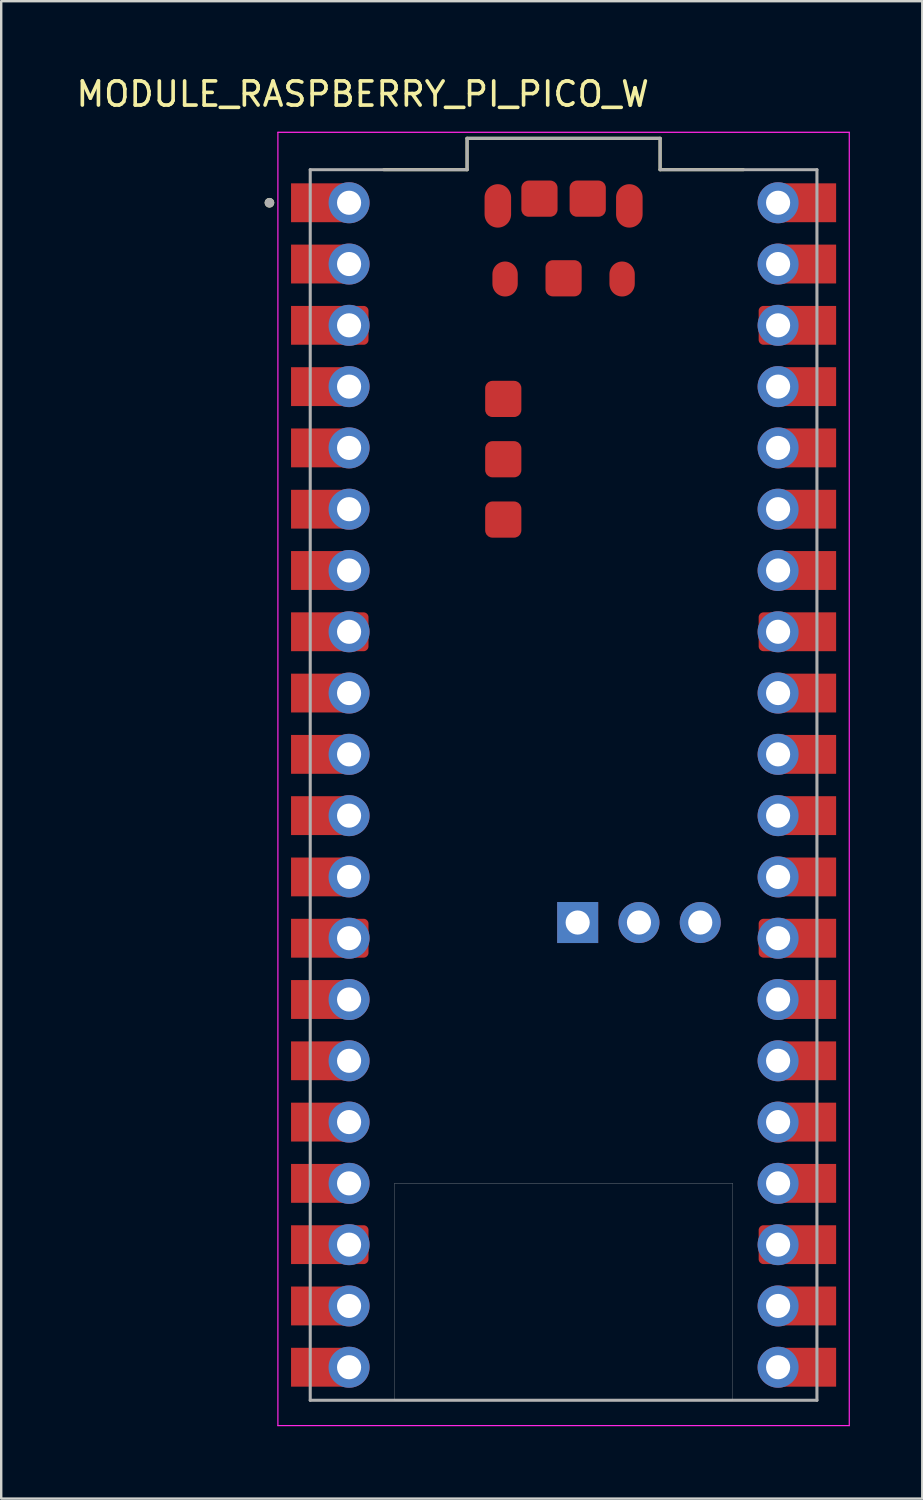
<source format=kicad_pcb>
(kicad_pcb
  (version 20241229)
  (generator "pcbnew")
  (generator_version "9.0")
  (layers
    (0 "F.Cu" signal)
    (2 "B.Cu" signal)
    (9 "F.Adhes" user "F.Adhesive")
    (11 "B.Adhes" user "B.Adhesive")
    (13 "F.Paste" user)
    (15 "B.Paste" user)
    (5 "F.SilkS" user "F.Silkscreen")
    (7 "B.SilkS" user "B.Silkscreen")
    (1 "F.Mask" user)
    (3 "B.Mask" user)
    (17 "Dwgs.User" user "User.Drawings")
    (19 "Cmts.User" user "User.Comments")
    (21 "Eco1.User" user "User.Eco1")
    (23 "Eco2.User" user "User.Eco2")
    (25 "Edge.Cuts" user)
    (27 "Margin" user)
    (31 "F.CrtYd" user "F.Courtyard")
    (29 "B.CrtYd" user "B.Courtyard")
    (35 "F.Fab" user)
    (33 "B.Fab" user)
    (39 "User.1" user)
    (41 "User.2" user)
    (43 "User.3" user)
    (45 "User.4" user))
  (footprint "MODULE_RASPBERRY_PI_PICO_W"
    (layer "F.Cu")
    (at 20.307 29.483)
    (property "Reference" "MODULE_RASPBERRY_PI_PICO_W" (at -8.325 -28.635 0) (layer "F.SilkS") (effects (font (size 1 1) (thickness 0.15))))
    (attr smd)
    (fp_poly (pts (xy -11.39 -23.23) (xy -11.39 -25.03) (xy -8.89 -25.03) (xy -8.843 -25.029) (xy -8.796 -25.025) (xy -8.749 -25.019) (xy -8.703 -25.01) (xy -8.657 -24.999) (xy -8.612 -24.986) (xy -8.567 -24.97) (xy -8.524 -24.952) (xy -8.481 -24.932) (xy -8.44 -24.909) (xy -8.4 -24.885) (xy -8.361 -24.858) (xy -8.324 -24.829) (xy -8.288 -24.799) (xy -8.254 -24.766) (xy -8.221 -24.732) (xy -8.191 -24.696) (xy -8.162 -24.659) (xy -8.135 -24.62) (xy -8.111 -24.58) (xy -8.088 -24.539) (xy -8.068 -24.496) (xy -8.05 -24.453) (xy -8.034 -24.408) (xy -8.021 -24.363) (xy -8.01 -24.317) (xy -8.001 -24.271) (xy -7.995 -24.224) (xy -7.991 -24.177) (xy -7.99 -24.13) (xy -7.991 -24.083) (xy -7.995 -24.036) (xy -8.001 -23.989) (xy -8.01 -23.943) (xy -8.021 -23.897) (xy -8.034 -23.852) (xy -8.05 -23.807) (xy -8.068 -23.764) (xy -8.088 -23.721) (xy -8.111 -23.68) (xy -8.135 -23.64) (xy -8.162 -23.601) (xy -8.191 -23.564) (xy -8.221 -23.528) (xy -8.254 -23.494) (xy -8.288 -23.461) (xy -8.324 -23.431) (xy -8.361 -23.402) (xy -8.4 -23.375) (xy -8.44 -23.351) (xy -8.481 -23.328) (xy -8.524 -23.308) (xy -8.567 -23.29) (xy -8.612 -23.274) (xy -8.657 -23.261) (xy -8.703 -23.25) (xy -8.749 -23.241) (xy -8.796 -23.235) (xy -8.843 -23.231) (xy -8.89 -23.23) (xy -11.39 -23.23)) (stroke (width 0.01) (type solid)) (fill yes) (layer "F.Mask"))
    (fp_poly (pts (xy -11.39 -20.69) (xy -11.39 -22.49) (xy -8.89 -22.49) (xy -8.843 -22.489) (xy -8.796 -22.485) (xy -8.749 -22.479) (xy -8.703 -22.47) (xy -8.657 -22.459) (xy -8.612 -22.446) (xy -8.567 -22.43) (xy -8.524 -22.412) (xy -8.481 -22.392) (xy -8.44 -22.369) (xy -8.4 -22.345) (xy -8.361 -22.318) (xy -8.324 -22.289) (xy -8.288 -22.259) (xy -8.254 -22.226) (xy -8.221 -22.192) (xy -8.191 -22.156) (xy -8.162 -22.119) (xy -8.135 -22.08) (xy -8.111 -22.04) (xy -8.088 -21.999) (xy -8.068 -21.956) (xy -8.05 -21.913) (xy -8.034 -21.868) (xy -8.021 -21.823) (xy -8.01 -21.777) (xy -8.001 -21.731) (xy -7.995 -21.684) (xy -7.991 -21.637) (xy -7.99 -21.59) (xy -7.991 -21.543) (xy -7.995 -21.496) (xy -8.001 -21.449) (xy -8.01 -21.403) (xy -8.021 -21.357) (xy -8.034 -21.312) (xy -8.05 -21.267) (xy -8.068 -21.224) (xy -8.088 -21.181) (xy -8.111 -21.14) (xy -8.135 -21.1) (xy -8.162 -21.061) (xy -8.191 -21.024) (xy -8.221 -20.988) (xy -8.254 -20.954) (xy -8.288 -20.921) (xy -8.324 -20.891) (xy -8.361 -20.862) (xy -8.4 -20.835) (xy -8.44 -20.811) (xy -8.481 -20.788) (xy -8.524 -20.768) (xy -8.567 -20.75) (xy -8.612 -20.734) (xy -8.657 -20.721) (xy -8.703 -20.71) (xy -8.749 -20.701) (xy -8.796 -20.695) (xy -8.843 -20.691) (xy -8.89 -20.69) (xy -11.39 -20.69)) (stroke (width 0.01) (type solid)) (fill yes) (layer "F.Mask"))
    (fp_poly (pts (xy -11.39 -15.61) (xy -11.39 -17.41) (xy -8.89 -17.41) (xy -8.843 -17.409) (xy -8.796 -17.405) (xy -8.749 -17.399) (xy -8.703 -17.39) (xy -8.657 -17.379) (xy -8.612 -17.366) (xy -8.567 -17.35) (xy -8.524 -17.332) (xy -8.481 -17.312) (xy -8.44 -17.289) (xy -8.4 -17.265) (xy -8.361 -17.238) (xy -8.324 -17.209) (xy -8.288 -17.179) (xy -8.254 -17.146) (xy -8.221 -17.112) (xy -8.191 -17.076) (xy -8.162 -17.039) (xy -8.135 -17) (xy -8.111 -16.96) (xy -8.088 -16.919) (xy -8.068 -16.876) (xy -8.05 -16.833) (xy -8.034 -16.788) (xy -8.021 -16.743) (xy -8.01 -16.697) (xy -8.001 -16.651) (xy -7.995 -16.604) (xy -7.991 -16.557) (xy -7.99 -16.51) (xy -7.991 -16.463) (xy -7.995 -16.416) (xy -8.001 -16.369) (xy -8.01 -16.323) (xy -8.021 -16.277) (xy -8.034 -16.232) (xy -8.05 -16.187) (xy -8.068 -16.144) (xy -8.088 -16.101) (xy -8.111 -16.06) (xy -8.135 -16.02) (xy -8.162 -15.981) (xy -8.191 -15.944) (xy -8.221 -15.908) (xy -8.254 -15.874) (xy -8.288 -15.841) (xy -8.324 -15.811) (xy -8.361 -15.782) (xy -8.4 -15.755) (xy -8.44 -15.731) (xy -8.481 -15.708) (xy -8.524 -15.688) (xy -8.567 -15.67) (xy -8.612 -15.654) (xy -8.657 -15.641) (xy -8.703 -15.63) (xy -8.749 -15.621) (xy -8.796 -15.615) (xy -8.843 -15.611) (xy -8.89 -15.61) (xy -11.39 -15.61)) (stroke (width 0.01) (type solid)) (fill yes) (layer "F.Mask"))
    (fp_poly (pts (xy -11.39 -13.07) (xy -11.39 -14.87) (xy -8.89 -14.87) (xy -8.843 -14.869) (xy -8.796 -14.865) (xy -8.749 -14.859) (xy -8.703 -14.85) (xy -8.657 -14.839) (xy -8.612 -14.826) (xy -8.567 -14.81) (xy -8.524 -14.792) (xy -8.481 -14.772) (xy -8.44 -14.749) (xy -8.4 -14.725) (xy -8.361 -14.698) (xy -8.324 -14.669) (xy -8.288 -14.639) (xy -8.254 -14.606) (xy -8.221 -14.572) (xy -8.191 -14.536) (xy -8.162 -14.499) (xy -8.135 -14.46) (xy -8.111 -14.42) (xy -8.088 -14.379) (xy -8.068 -14.336) (xy -8.05 -14.293) (xy -8.034 -14.248) (xy -8.021 -14.203) (xy -8.01 -14.157) (xy -8.001 -14.111) (xy -7.995 -14.064) (xy -7.991 -14.017) (xy -7.99 -13.97) (xy -7.991 -13.923) (xy -7.995 -13.876) (xy -8.001 -13.829) (xy -8.01 -13.783) (xy -8.021 -13.737) (xy -8.034 -13.692) (xy -8.05 -13.647) (xy -8.068 -13.604) (xy -8.088 -13.561) (xy -8.111 -13.52) (xy -8.135 -13.48) (xy -8.162 -13.441) (xy -8.191 -13.404) (xy -8.221 -13.368) (xy -8.254 -13.334) (xy -8.288 -13.301) (xy -8.324 -13.271) (xy -8.361 -13.242) (xy -8.4 -13.215) (xy -8.44 -13.191) (xy -8.481 -13.168) (xy -8.524 -13.148) (xy -8.567 -13.13) (xy -8.612 -13.114) (xy -8.657 -13.101) (xy -8.703 -13.09) (xy -8.749 -13.081) (xy -8.796 -13.075) (xy -8.843 -13.071) (xy -8.89 -13.07) (xy -11.39 -13.07)) (stroke (width 0.01) (type solid)) (fill yes) (layer "F.Mask"))
    (fp_poly (pts (xy -11.39 -10.53) (xy -11.39 -12.33) (xy -8.89 -12.33) (xy -8.843 -12.329) (xy -8.796 -12.325) (xy -8.749 -12.319) (xy -8.703 -12.31) (xy -8.657 -12.299) (xy -8.612 -12.286) (xy -8.567 -12.27) (xy -8.524 -12.252) (xy -8.481 -12.232) (xy -8.44 -12.209) (xy -8.4 -12.185) (xy -8.361 -12.158) (xy -8.324 -12.129) (xy -8.288 -12.099) (xy -8.254 -12.066) (xy -8.221 -12.032) (xy -8.191 -11.996) (xy -8.162 -11.959) (xy -8.135 -11.92) (xy -8.111 -11.88) (xy -8.088 -11.839) (xy -8.068 -11.796) (xy -8.05 -11.753) (xy -8.034 -11.708) (xy -8.021 -11.663) (xy -8.01 -11.617) (xy -8.001 -11.571) (xy -7.995 -11.524) (xy -7.991 -11.477) (xy -7.99 -11.43) (xy -7.991 -11.383) (xy -7.995 -11.336) (xy -8.001 -11.289) (xy -8.01 -11.243) (xy -8.021 -11.197) (xy -8.034 -11.152) (xy -8.05 -11.107) (xy -8.068 -11.064) (xy -8.088 -11.021) (xy -8.111 -10.98) (xy -8.135 -10.94) (xy -8.162 -10.901) (xy -8.191 -10.864) (xy -8.221 -10.828) (xy -8.254 -10.794) (xy -8.288 -10.761) (xy -8.324 -10.731) (xy -8.361 -10.702) (xy -8.4 -10.675) (xy -8.44 -10.651) (xy -8.481 -10.628) (xy -8.524 -10.608) (xy -8.567 -10.59) (xy -8.612 -10.574) (xy -8.657 -10.561) (xy -8.703 -10.55) (xy -8.749 -10.541) (xy -8.796 -10.535) (xy -8.843 -10.531) (xy -8.89 -10.53) (xy -11.39 -10.53)) (stroke (width 0.01) (type solid)) (fill yes) (layer "F.Mask"))
    (fp_poly (pts (xy -11.39 -7.99) (xy -11.39 -9.79) (xy -8.89 -9.79) (xy -8.843 -9.789) (xy -8.796 -9.785) (xy -8.749 -9.779) (xy -8.703 -9.77) (xy -8.657 -9.759) (xy -8.612 -9.746) (xy -8.567 -9.73) (xy -8.524 -9.712) (xy -8.481 -9.692) (xy -8.44 -9.669) (xy -8.4 -9.645) (xy -8.361 -9.618) (xy -8.324 -9.589) (xy -8.288 -9.559) (xy -8.254 -9.526) (xy -8.221 -9.492) (xy -8.191 -9.456) (xy -8.162 -9.419) (xy -8.135 -9.38) (xy -8.111 -9.34) (xy -8.088 -9.299) (xy -8.068 -9.256) (xy -8.05 -9.213) (xy -8.034 -9.168) (xy -8.021 -9.123) (xy -8.01 -9.077) (xy -8.001 -9.031) (xy -7.995 -8.984) (xy -7.991 -8.937) (xy -7.99 -8.89) (xy -7.991 -8.843) (xy -7.995 -8.796) (xy -8.001 -8.749) (xy -8.01 -8.703) (xy -8.021 -8.657) (xy -8.034 -8.612) (xy -8.05 -8.567) (xy -8.068 -8.524) (xy -8.088 -8.481) (xy -8.111 -8.44) (xy -8.135 -8.4) (xy -8.162 -8.361) (xy -8.191 -8.324) (xy -8.221 -8.288) (xy -8.254 -8.254) (xy -8.288 -8.221) (xy -8.324 -8.191) (xy -8.361 -8.162) (xy -8.4 -8.135) (xy -8.44 -8.111) (xy -8.481 -8.088) (xy -8.524 -8.068) (xy -8.567 -8.05) (xy -8.612 -8.034) (xy -8.657 -8.021) (xy -8.703 -8.01) (xy -8.749 -8.001) (xy -8.796 -7.995) (xy -8.843 -7.991) (xy -8.89 -7.99) (xy -11.39 -7.99)) (stroke (width 0.01) (type solid)) (fill yes) (layer "F.Mask"))
    (fp_poly (pts (xy -11.39 -2.91) (xy -11.39 -4.71) (xy -8.89 -4.71) (xy -8.843 -4.709) (xy -8.796 -4.705) (xy -8.749 -4.699) (xy -8.703 -4.69) (xy -8.657 -4.679) (xy -8.612 -4.666) (xy -8.567 -4.65) (xy -8.524 -4.632) (xy -8.481 -4.612) (xy -8.44 -4.589) (xy -8.4 -4.565) (xy -8.361 -4.538) (xy -8.324 -4.509) (xy -8.288 -4.479) (xy -8.254 -4.446) (xy -8.221 -4.412) (xy -8.191 -4.376) (xy -8.162 -4.339) (xy -8.135 -4.3) (xy -8.111 -4.26) (xy -8.088 -4.219) (xy -8.068 -4.176) (xy -8.05 -4.133) (xy -8.034 -4.088) (xy -8.021 -4.043) (xy -8.01 -3.997) (xy -8.001 -3.951) (xy -7.995 -3.904) (xy -7.991 -3.857) (xy -7.99 -3.81) (xy -7.991 -3.763) (xy -7.995 -3.716) (xy -8.001 -3.669) (xy -8.01 -3.623) (xy -8.021 -3.577) (xy -8.034 -3.532) (xy -8.05 -3.487) (xy -8.068 -3.444) (xy -8.088 -3.401) (xy -8.111 -3.36) (xy -8.135 -3.32) (xy -8.162 -3.281) (xy -8.191 -3.244) (xy -8.221 -3.208) (xy -8.254 -3.174) (xy -8.288 -3.141) (xy -8.324 -3.111) (xy -8.361 -3.082) (xy -8.4 -3.055) (xy -8.44 -3.031) (xy -8.481 -3.008) (xy -8.524 -2.988) (xy -8.567 -2.97) (xy -8.612 -2.954) (xy -8.657 -2.941) (xy -8.703 -2.93) (xy -8.749 -2.921) (xy -8.796 -2.915) (xy -8.843 -2.911) (xy -8.89 -2.91) (xy -11.39 -2.91)) (stroke (width 0.01) (type solid)) (fill yes) (layer "F.Mask"))
    (fp_poly (pts (xy -11.39 -0.37) (xy -11.39 -2.17) (xy -8.89 -2.17) (xy -8.843 -2.169) (xy -8.796 -2.165) (xy -8.749 -2.159) (xy -8.703 -2.15) (xy -8.657 -2.139) (xy -8.612 -2.126) (xy -8.567 -2.11) (xy -8.524 -2.092) (xy -8.481 -2.072) (xy -8.44 -2.049) (xy -8.4 -2.025) (xy -8.361 -1.998) (xy -8.324 -1.969) (xy -8.288 -1.939) (xy -8.254 -1.906) (xy -8.221 -1.872) (xy -8.191 -1.836) (xy -8.162 -1.799) (xy -8.135 -1.76) (xy -8.111 -1.72) (xy -8.088 -1.679) (xy -8.068 -1.636) (xy -8.05 -1.593) (xy -8.034 -1.548) (xy -8.021 -1.503) (xy -8.01 -1.457) (xy -8.001 -1.411) (xy -7.995 -1.364) (xy -7.991 -1.317) (xy -7.99 -1.27) (xy -7.991 -1.223) (xy -7.995 -1.176) (xy -8.001 -1.129) (xy -8.01 -1.083) (xy -8.021 -1.037) (xy -8.034 -0.992) (xy -8.05 -0.947) (xy -8.068 -0.904) (xy -8.088 -0.861) (xy -8.111 -0.82) (xy -8.135 -0.78) (xy -8.162 -0.741) (xy -8.191 -0.704) (xy -8.221 -0.668) (xy -8.254 -0.634) (xy -8.288 -0.601) (xy -8.324 -0.571) (xy -8.361 -0.542) (xy -8.4 -0.515) (xy -8.44 -0.491) (xy -8.481 -0.468) (xy -8.524 -0.448) (xy -8.567 -0.43) (xy -8.612 -0.414) (xy -8.657 -0.401) (xy -8.703 -0.39) (xy -8.749 -0.381) (xy -8.796 -0.375) (xy -8.843 -0.371) (xy -8.89 -0.37) (xy -11.39 -0.37)) (stroke (width 0.01) (type solid)) (fill yes) (layer "F.Mask"))
    (fp_poly (pts (xy -11.39 2.17) (xy -11.39 0.37) (xy -8.89 0.37) (xy -8.843 0.371) (xy -8.796 0.375) (xy -8.749 0.381) (xy -8.703 0.39) (xy -8.657 0.401) (xy -8.612 0.414) (xy -8.567 0.43) (xy -8.524 0.448) (xy -8.481 0.468) (xy -8.44 0.491) (xy -8.4 0.515) (xy -8.361 0.542) (xy -8.324 0.571) (xy -8.288 0.601) (xy -8.254 0.634) (xy -8.221 0.668) (xy -8.191 0.704) (xy -8.162 0.741) (xy -8.135 0.78) (xy -8.111 0.82) (xy -8.088 0.861) (xy -8.068 0.904) (xy -8.05 0.947) (xy -8.034 0.992) (xy -8.021 1.037) (xy -8.01 1.083) (xy -8.001 1.129) (xy -7.995 1.176) (xy -7.991 1.223) (xy -7.99 1.27) (xy -7.991 1.317) (xy -7.995 1.364) (xy -8.001 1.411) (xy -8.01 1.457) (xy -8.021 1.503) (xy -8.034 1.548) (xy -8.05 1.593) (xy -8.068 1.636) (xy -8.088 1.679) (xy -8.111 1.72) (xy -8.135 1.76) (xy -8.162 1.799) (xy -8.191 1.836) (xy -8.221 1.872) (xy -8.254 1.906) (xy -8.288 1.939) (xy -8.324 1.969) (xy -8.361 1.998) (xy -8.4 2.025) (xy -8.44 2.049) (xy -8.481 2.072) (xy -8.524 2.092) (xy -8.567 2.11) (xy -8.612 2.126) (xy -8.657 2.139) (xy -8.703 2.15) (xy -8.749 2.159) (xy -8.796 2.165) (xy -8.843 2.169) (xy -8.89 2.17) (xy -11.39 2.17)) (stroke (width 0.01) (type solid)) (fill yes) (layer "F.Mask"))
    (fp_poly (pts (xy -11.39 4.71) (xy -11.39 2.91) (xy -8.89 2.91) (xy -8.843 2.911) (xy -8.796 2.915) (xy -8.749 2.921) (xy -8.703 2.93) (xy -8.657 2.941) (xy -8.612 2.954) (xy -8.567 2.97) (xy -8.524 2.988) (xy -8.481 3.008) (xy -8.44 3.031) (xy -8.4 3.055) (xy -8.361 3.082) (xy -8.324 3.111) (xy -8.288 3.141) (xy -8.254 3.174) (xy -8.221 3.208) (xy -8.191 3.244) (xy -8.162 3.281) (xy -8.135 3.32) (xy -8.111 3.36) (xy -8.088 3.401) (xy -8.068 3.444) (xy -8.05 3.487) (xy -8.034 3.532) (xy -8.021 3.577) (xy -8.01 3.623) (xy -8.001 3.669) (xy -7.995 3.716) (xy -7.991 3.763) (xy -7.99 3.81) (xy -7.991 3.857) (xy -7.995 3.904) (xy -8.001 3.951) (xy -8.01 3.997) (xy -8.021 4.043) (xy -8.034 4.088) (xy -8.05 4.133) (xy -8.068 4.176) (xy -8.088 4.219) (xy -8.111 4.26) (xy -8.135 4.3) (xy -8.162 4.339) (xy -8.191 4.376) (xy -8.221 4.412) (xy -8.254 4.446) (xy -8.288 4.479) (xy -8.324 4.509) (xy -8.361 4.538) (xy -8.4 4.565) (xy -8.44 4.589) (xy -8.481 4.612) (xy -8.524 4.632) (xy -8.567 4.65) (xy -8.612 4.666) (xy -8.657 4.679) (xy -8.703 4.69) (xy -8.749 4.699) (xy -8.796 4.705) (xy -8.843 4.709) (xy -8.89 4.71) (xy -11.39 4.71)) (stroke (width 0.01) (type solid)) (fill yes) (layer "F.Mask"))
    (fp_poly (pts (xy -11.39 9.79) (xy -11.39 7.99) (xy -8.89 7.99) (xy -8.843 7.991) (xy -8.796 7.995) (xy -8.749 8.001) (xy -8.703 8.01) (xy -8.657 8.021) (xy -8.612 8.034) (xy -8.567 8.05) (xy -8.524 8.068) (xy -8.481 8.088) (xy -8.44 8.111) (xy -8.4 8.135) (xy -8.361 8.162) (xy -8.324 8.191) (xy -8.288 8.221) (xy -8.254 8.254) (xy -8.221 8.288) (xy -8.191 8.324) (xy -8.162 8.361) (xy -8.135 8.4) (xy -8.111 8.44) (xy -8.088 8.481) (xy -8.068 8.524) (xy -8.05 8.567) (xy -8.034 8.612) (xy -8.021 8.657) (xy -8.01 8.703) (xy -8.001 8.749) (xy -7.995 8.796) (xy -7.991 8.843) (xy -7.99 8.89) (xy -7.991 8.937) (xy -7.995 8.984) (xy -8.001 9.031) (xy -8.01 9.077) (xy -8.021 9.123) (xy -8.034 9.168) (xy -8.05 9.213) (xy -8.068 9.256) (xy -8.088 9.299) (xy -8.111 9.34) (xy -8.135 9.38) (xy -8.162 9.419) (xy -8.191 9.456) (xy -8.221 9.492) (xy -8.254 9.526) (xy -8.288 9.559) (xy -8.324 9.589) (xy -8.361 9.618) (xy -8.4 9.645) (xy -8.44 9.669) (xy -8.481 9.692) (xy -8.524 9.712) (xy -8.567 9.73) (xy -8.612 9.746) (xy -8.657 9.759) (xy -8.703 9.77) (xy -8.749 9.779) (xy -8.796 9.785) (xy -8.843 9.789) (xy -8.89 9.79) (xy -11.39 9.79)) (stroke (width 0.01) (type solid)) (fill yes) (layer "F.Mask"))
    (fp_poly (pts (xy -11.39 12.33) (xy -11.39 10.53) (xy -8.89 10.53) (xy -8.843 10.531) (xy -8.796 10.535) (xy -8.749 10.541) (xy -8.703 10.55) (xy -8.657 10.561) (xy -8.612 10.574) (xy -8.567 10.59) (xy -8.524 10.608) (xy -8.481 10.628) (xy -8.44 10.651) (xy -8.4 10.675) (xy -8.361 10.702) (xy -8.324 10.731) (xy -8.288 10.761) (xy -8.254 10.794) (xy -8.221 10.828) (xy -8.191 10.864) (xy -8.162 10.901) (xy -8.135 10.94) (xy -8.111 10.98) (xy -8.088 11.021) (xy -8.068 11.064) (xy -8.05 11.107) (xy -8.034 11.152) (xy -8.021 11.197) (xy -8.01 11.243) (xy -8.001 11.289) (xy -7.995 11.336) (xy -7.991 11.383) (xy -7.99 11.43) (xy -7.991 11.477) (xy -7.995 11.524) (xy -8.001 11.571) (xy -8.01 11.617) (xy -8.021 11.663) (xy -8.034 11.708) (xy -8.05 11.753) (xy -8.068 11.796) (xy -8.088 11.839) (xy -8.111 11.88) (xy -8.135 11.92) (xy -8.162 11.959) (xy -8.191 11.996) (xy -8.221 12.032) (xy -8.254 12.066) (xy -8.288 12.099) (xy -8.324 12.129) (xy -8.361 12.158) (xy -8.4 12.185) (xy -8.44 12.209) (xy -8.481 12.232) (xy -8.524 12.252) (xy -8.567 12.27) (xy -8.612 12.286) (xy -8.657 12.299) (xy -8.703 12.31) (xy -8.749 12.319) (xy -8.796 12.325) (xy -8.843 12.329) (xy -8.89 12.33) (xy -11.39 12.33)) (stroke (width 0.01) (type solid)) (fill yes) (layer "F.Mask"))
    (fp_poly (pts (xy -11.39 14.87) (xy -11.39 13.07) (xy -8.89 13.07) (xy -8.843 13.071) (xy -8.796 13.075) (xy -8.749 13.081) (xy -8.703 13.09) (xy -8.657 13.101) (xy -8.612 13.114) (xy -8.567 13.13) (xy -8.524 13.148) (xy -8.481 13.168) (xy -8.44 13.191) (xy -8.4 13.215) (xy -8.361 13.242) (xy -8.324 13.271) (xy -8.288 13.301) (xy -8.254 13.334) (xy -8.221 13.368) (xy -8.191 13.404) (xy -8.162 13.441) (xy -8.135 13.48) (xy -8.111 13.52) (xy -8.088 13.561) (xy -8.068 13.604) (xy -8.05 13.647) (xy -8.034 13.692) (xy -8.021 13.737) (xy -8.01 13.783) (xy -8.001 13.829) (xy -7.995 13.876) (xy -7.991 13.923) (xy -7.99 13.97) (xy -7.991 14.017) (xy -7.995 14.064) (xy -8.001 14.111) (xy -8.01 14.157) (xy -8.021 14.203) (xy -8.034 14.248) (xy -8.05 14.293) (xy -8.068 14.336) (xy -8.088 14.379) (xy -8.111 14.42) (xy -8.135 14.46) (xy -8.162 14.499) (xy -8.191 14.536) (xy -8.221 14.572) (xy -8.254 14.606) (xy -8.288 14.639) (xy -8.324 14.669) (xy -8.361 14.698) (xy -8.4 14.725) (xy -8.44 14.749) (xy -8.481 14.772) (xy -8.524 14.792) (xy -8.567 14.81) (xy -8.612 14.826) (xy -8.657 14.839) (xy -8.703 14.85) (xy -8.749 14.859) (xy -8.796 14.865) (xy -8.843 14.869) (xy -8.89 14.87) (xy -11.39 14.87)) (stroke (width 0.01) (type solid)) (fill yes) (layer "F.Mask"))
    (fp_poly (pts (xy -11.39 17.41) (xy -11.39 15.61) (xy -8.89 15.61) (xy -8.843 15.611) (xy -8.796 15.615) (xy -8.749 15.621) (xy -8.703 15.63) (xy -8.657 15.641) (xy -8.612 15.654) (xy -8.567 15.67) (xy -8.524 15.688) (xy -8.481 15.708) (xy -8.44 15.731) (xy -8.4 15.755) (xy -8.361 15.782) (xy -8.324 15.811) (xy -8.288 15.841) (xy -8.254 15.874) (xy -8.221 15.908) (xy -8.191 15.944) (xy -8.162 15.981) (xy -8.135 16.02) (xy -8.111 16.06) (xy -8.088 16.101) (xy -8.068 16.144) (xy -8.05 16.187) (xy -8.034 16.232) (xy -8.021 16.277) (xy -8.01 16.323) (xy -8.001 16.369) (xy -7.995 16.416) (xy -7.991 16.463) (xy -7.99 16.51) (xy -7.991 16.557) (xy -7.995 16.604) (xy -8.001 16.651) (xy -8.01 16.697) (xy -8.021 16.743) (xy -8.034 16.788) (xy -8.05 16.833) (xy -8.068 16.876) (xy -8.088 16.919) (xy -8.111 16.96) (xy -8.135 17) (xy -8.162 17.039) (xy -8.191 17.076) (xy -8.221 17.112) (xy -8.254 17.146) (xy -8.288 17.179) (xy -8.324 17.209) (xy -8.361 17.238) (xy -8.4 17.265) (xy -8.44 17.289) (xy -8.481 17.312) (xy -8.524 17.332) (xy -8.567 17.35) (xy -8.612 17.366) (xy -8.657 17.379) (xy -8.703 17.39) (xy -8.749 17.399) (xy -8.796 17.405) (xy -8.843 17.409) (xy -8.89 17.41) (xy -11.39 17.41)) (stroke (width 0.01) (type solid)) (fill yes) (layer "F.Mask"))
    (fp_poly (pts (xy -11.39 22.49) (xy -11.39 20.69) (xy -8.89 20.69) (xy -8.843 20.691) (xy -8.796 20.695) (xy -8.749 20.701) (xy -8.703 20.71) (xy -8.657 20.721) (xy -8.612 20.734) (xy -8.567 20.75) (xy -8.524 20.768) (xy -8.481 20.788) (xy -8.44 20.811) (xy -8.4 20.835) (xy -8.361 20.862) (xy -8.324 20.891) (xy -8.288 20.921) (xy -8.254 20.954) (xy -8.221 20.988) (xy -8.191 21.024) (xy -8.162 21.061) (xy -8.135 21.1) (xy -8.111 21.14) (xy -8.088 21.181) (xy -8.068 21.224) (xy -8.05 21.267) (xy -8.034 21.312) (xy -8.021 21.357) (xy -8.01 21.403) (xy -8.001 21.449) (xy -7.995 21.496) (xy -7.991 21.543) (xy -7.99 21.59) (xy -7.991 21.637) (xy -7.995 21.684) (xy -8.001 21.731) (xy -8.01 21.777) (xy -8.021 21.823) (xy -8.034 21.868) (xy -8.05 21.913) (xy -8.068 21.956) (xy -8.088 21.999) (xy -8.111 22.04) (xy -8.135 22.08) (xy -8.162 22.119) (xy -8.191 22.156) (xy -8.221 22.192) (xy -8.254 22.226) (xy -8.288 22.259) (xy -8.324 22.289) (xy -8.361 22.318) (xy -8.4 22.345) (xy -8.44 22.369) (xy -8.481 22.392) (xy -8.524 22.412) (xy -8.567 22.43) (xy -8.612 22.446) (xy -8.657 22.459) (xy -8.703 22.47) (xy -8.749 22.479) (xy -8.796 22.485) (xy -8.843 22.489) (xy -8.89 22.49) (xy -11.39 22.49)) (stroke (width 0.01) (type solid)) (fill yes) (layer "F.Mask"))
    (fp_poly (pts (xy -11.39 25.03) (xy -11.39 23.23) (xy -8.89 23.23) (xy -8.843 23.231) (xy -8.796 23.235) (xy -8.749 23.241) (xy -8.703 23.25) (xy -8.657 23.261) (xy -8.612 23.274) (xy -8.567 23.29) (xy -8.524 23.308) (xy -8.481 23.328) (xy -8.44 23.351) (xy -8.4 23.375) (xy -8.361 23.402) (xy -8.324 23.431) (xy -8.288 23.461) (xy -8.254 23.494) (xy -8.221 23.528) (xy -8.191 23.564) (xy -8.162 23.601) (xy -8.135 23.64) (xy -8.111 23.68) (xy -8.088 23.721) (xy -8.068 23.764) (xy -8.05 23.807) (xy -8.034 23.852) (xy -8.021 23.897) (xy -8.01 23.943) (xy -8.001 23.989) (xy -7.995 24.036) (xy -7.991 24.083) (xy -7.99 24.13) (xy -7.991 24.177) (xy -7.995 24.224) (xy -8.001 24.271) (xy -8.01 24.317) (xy -8.021 24.363) (xy -8.034 24.408) (xy -8.05 24.453) (xy -8.068 24.496) (xy -8.088 24.539) (xy -8.111 24.58) (xy -8.135 24.62) (xy -8.162 24.659) (xy -8.191 24.696) (xy -8.221 24.732) (xy -8.254 24.766) (xy -8.288 24.799) (xy -8.324 24.829) (xy -8.361 24.858) (xy -8.4 24.885) (xy -8.44 24.909) (xy -8.481 24.932) (xy -8.524 24.952) (xy -8.567 24.97) (xy -8.612 24.986) (xy -8.657 24.999) (xy -8.703 25.01) (xy -8.749 25.019) (xy -8.796 25.025) (xy -8.843 25.029) (xy -8.89 25.03) (xy -11.39 25.03)) (stroke (width 0.01) (type solid)) (fill yes) (layer "F.Mask"))
    (fp_poly (pts (xy 11.39 -23.23) (xy 11.39 -25.03) (xy 8.89 -25.03) (xy 8.843 -25.029) (xy 8.796 -25.025) (xy 8.749 -25.019) (xy 8.703 -25.01) (xy 8.657 -24.999) (xy 8.612 -24.986) (xy 8.567 -24.97) (xy 8.524 -24.952) (xy 8.481 -24.932) (xy 8.44 -24.909) (xy 8.4 -24.885) (xy 8.361 -24.858) (xy 8.324 -24.829) (xy 8.288 -24.799) (xy 8.254 -24.766) (xy 8.221 -24.732) (xy 8.191 -24.696) (xy 8.162 -24.659) (xy 8.135 -24.62) (xy 8.111 -24.58) (xy 8.088 -24.539) (xy 8.068 -24.496) (xy 8.05 -24.453) (xy 8.034 -24.408) (xy 8.021 -24.363) (xy 8.01 -24.317) (xy 8.001 -24.271) (xy 7.995 -24.224) (xy 7.991 -24.177) (xy 7.99 -24.13) (xy 7.991 -24.083) (xy 7.995 -24.036) (xy 8.001 -23.989) (xy 8.01 -23.943) (xy 8.021 -23.897) (xy 8.034 -23.852) (xy 8.05 -23.807) (xy 8.068 -23.764) (xy 8.088 -23.721) (xy 8.111 -23.68) (xy 8.135 -23.64) (xy 8.162 -23.601) (xy 8.191 -23.564) (xy 8.221 -23.528) (xy 8.254 -23.494) (xy 8.288 -23.461) (xy 8.324 -23.431) (xy 8.361 -23.402) (xy 8.4 -23.375) (xy 8.44 -23.351) (xy 8.481 -23.328) (xy 8.524 -23.308) (xy 8.567 -23.29) (xy 8.612 -23.274) (xy 8.657 -23.261) (xy 8.703 -23.25) (xy 8.749 -23.241) (xy 8.796 -23.235) (xy 8.843 -23.231) (xy 8.89 -23.23) (xy 11.39 -23.23)) (stroke (width 0.01) (type solid)) (fill yes) (layer "F.Mask"))
    (fp_poly (pts (xy 11.39 -20.69) (xy 11.39 -22.49) (xy 8.89 -22.49) (xy 8.843 -22.489) (xy 8.796 -22.485) (xy 8.749 -22.479) (xy 8.703 -22.47) (xy 8.657 -22.459) (xy 8.612 -22.446) (xy 8.567 -22.43) (xy 8.524 -22.412) (xy 8.481 -22.392) (xy 8.44 -22.369) (xy 8.4 -22.345) (xy 8.361 -22.318) (xy 8.324 -22.289) (xy 8.288 -22.259) (xy 8.254 -22.226) (xy 8.221 -22.192) (xy 8.191 -22.156) (xy 8.162 -22.119) (xy 8.135 -22.08) (xy 8.111 -22.04) (xy 8.088 -21.999) (xy 8.068 -21.956) (xy 8.05 -21.913) (xy 8.034 -21.868) (xy 8.021 -21.823) (xy 8.01 -21.777) (xy 8.001 -21.731) (xy 7.995 -21.684) (xy 7.991 -21.637) (xy 7.99 -21.59) (xy 7.991 -21.543) (xy 7.995 -21.496) (xy 8.001 -21.449) (xy 8.01 -21.403) (xy 8.021 -21.357) (xy 8.034 -21.312) (xy 8.05 -21.267) (xy 8.068 -21.224) (xy 8.088 -21.181) (xy 8.111 -21.14) (xy 8.135 -21.1) (xy 8.162 -21.061) (xy 8.191 -21.024) (xy 8.221 -20.988) (xy 8.254 -20.954) (xy 8.288 -20.921) (xy 8.324 -20.891) (xy 8.361 -20.862) (xy 8.4 -20.835) (xy 8.44 -20.811) (xy 8.481 -20.788) (xy 8.524 -20.768) (xy 8.567 -20.75) (xy 8.612 -20.734) (xy 8.657 -20.721) (xy 8.703 -20.71) (xy 8.749 -20.701) (xy 8.796 -20.695) (xy 8.843 -20.691) (xy 8.89 -20.69) (xy 11.39 -20.69)) (stroke (width 0.01) (type solid)) (fill yes) (layer "F.Mask"))
    (fp_poly (pts (xy 11.39 -15.61) (xy 11.39 -17.41) (xy 8.89 -17.41) (xy 8.843 -17.409) (xy 8.796 -17.405) (xy 8.749 -17.399) (xy 8.703 -17.39) (xy 8.657 -17.379) (xy 8.612 -17.366) (xy 8.567 -17.35) (xy 8.524 -17.332) (xy 8.481 -17.312) (xy 8.44 -17.289) (xy 8.4 -17.265) (xy 8.361 -17.238) (xy 8.324 -17.209) (xy 8.288 -17.179) (xy 8.254 -17.146) (xy 8.221 -17.112) (xy 8.191 -17.076) (xy 8.162 -17.039) (xy 8.135 -17) (xy 8.111 -16.96) (xy 8.088 -16.919) (xy 8.068 -16.876) (xy 8.05 -16.833) (xy 8.034 -16.788) (xy 8.021 -16.743) (xy 8.01 -16.697) (xy 8.001 -16.651) (xy 7.995 -16.604) (xy 7.991 -16.557) (xy 7.99 -16.51) (xy 7.991 -16.463) (xy 7.995 -16.416) (xy 8.001 -16.369) (xy 8.01 -16.323) (xy 8.021 -16.277) (xy 8.034 -16.232) (xy 8.05 -16.187) (xy 8.068 -16.144) (xy 8.088 -16.101) (xy 8.111 -16.06) (xy 8.135 -16.02) (xy 8.162 -15.981) (xy 8.191 -15.944) (xy 8.221 -15.908) (xy 8.254 -15.874) (xy 8.288 -15.841) (xy 8.324 -15.811) (xy 8.361 -15.782) (xy 8.4 -15.755) (xy 8.44 -15.731) (xy 8.481 -15.708) (xy 8.524 -15.688) (xy 8.567 -15.67) (xy 8.612 -15.654) (xy 8.657 -15.641) (xy 8.703 -15.63) (xy 8.749 -15.621) (xy 8.796 -15.615) (xy 8.843 -15.611) (xy 8.89 -15.61) (xy 11.39 -15.61)) (stroke (width 0.01) (type solid)) (fill yes) (layer "F.Mask"))
    (fp_poly (pts (xy 11.39 -13.07) (xy 11.39 -14.87) (xy 8.89 -14.87) (xy 8.843 -14.869) (xy 8.796 -14.865) (xy 8.749 -14.859) (xy 8.703 -14.85) (xy 8.657 -14.839) (xy 8.612 -14.826) (xy 8.567 -14.81) (xy 8.524 -14.792) (xy 8.481 -14.772) (xy 8.44 -14.749) (xy 8.4 -14.725) (xy 8.361 -14.698) (xy 8.324 -14.669) (xy 8.288 -14.639) (xy 8.254 -14.606) (xy 8.221 -14.572) (xy 8.191 -14.536) (xy 8.162 -14.499) (xy 8.135 -14.46) (xy 8.111 -14.42) (xy 8.088 -14.379) (xy 8.068 -14.336) (xy 8.05 -14.293) (xy 8.034 -14.248) (xy 8.021 -14.203) (xy 8.01 -14.157) (xy 8.001 -14.111) (xy 7.995 -14.064) (xy 7.991 -14.017) (xy 7.99 -13.97) (xy 7.991 -13.923) (xy 7.995 -13.876) (xy 8.001 -13.829) (xy 8.01 -13.783) (xy 8.021 -13.737) (xy 8.034 -13.692) (xy 8.05 -13.647) (xy 8.068 -13.604) (xy 8.088 -13.561) (xy 8.111 -13.52) (xy 8.135 -13.48) (xy 8.162 -13.441) (xy 8.191 -13.404) (xy 8.221 -13.368) (xy 8.254 -13.334) (xy 8.288 -13.301) (xy 8.324 -13.271) (xy 8.361 -13.242) (xy 8.4 -13.215) (xy 8.44 -13.191) (xy 8.481 -13.168) (xy 8.524 -13.148) (xy 8.567 -13.13) (xy 8.612 -13.114) (xy 8.657 -13.101) (xy 8.703 -13.09) (xy 8.749 -13.081) (xy 8.796 -13.075) (xy 8.843 -13.071) (xy 8.89 -13.07) (xy 11.39 -13.07)) (stroke (width 0.01) (type solid)) (fill yes) (layer "F.Mask"))
    (fp_poly (pts (xy 11.39 -10.53) (xy 11.39 -12.33) (xy 8.89 -12.33) (xy 8.843 -12.329) (xy 8.796 -12.325) (xy 8.749 -12.319) (xy 8.703 -12.31) (xy 8.657 -12.299) (xy 8.612 -12.286) (xy 8.567 -12.27) (xy 8.524 -12.252) (xy 8.481 -12.232) (xy 8.44 -12.209) (xy 8.4 -12.185) (xy 8.361 -12.158) (xy 8.324 -12.129) (xy 8.288 -12.099) (xy 8.254 -12.066) (xy 8.221 -12.032) (xy 8.191 -11.996) (xy 8.162 -11.959) (xy 8.135 -11.92) (xy 8.111 -11.88) (xy 8.088 -11.839) (xy 8.068 -11.796) (xy 8.05 -11.753) (xy 8.034 -11.708) (xy 8.021 -11.663) (xy 8.01 -11.617) (xy 8.001 -11.571) (xy 7.995 -11.524) (xy 7.991 -11.477) (xy 7.99 -11.43) (xy 7.991 -11.383) (xy 7.995 -11.336) (xy 8.001 -11.289) (xy 8.01 -11.243) (xy 8.021 -11.197) (xy 8.034 -11.152) (xy 8.05 -11.107) (xy 8.068 -11.064) (xy 8.088 -11.021) (xy 8.111 -10.98) (xy 8.135 -10.94) (xy 8.162 -10.901) (xy 8.191 -10.864) (xy 8.221 -10.828) (xy 8.254 -10.794) (xy 8.288 -10.761) (xy 8.324 -10.731) (xy 8.361 -10.702) (xy 8.4 -10.675) (xy 8.44 -10.651) (xy 8.481 -10.628) (xy 8.524 -10.608) (xy 8.567 -10.59) (xy 8.612 -10.574) (xy 8.657 -10.561) (xy 8.703 -10.55) (xy 8.749 -10.541) (xy 8.796 -10.535) (xy 8.843 -10.531) (xy 8.89 -10.53) (xy 11.39 -10.53)) (stroke (width 0.01) (type solid)) (fill yes) (layer "F.Mask"))
    (fp_poly (pts (xy 11.39 -7.99) (xy 11.39 -9.79) (xy 8.89 -9.79) (xy 8.843 -9.789) (xy 8.796 -9.785) (xy 8.749 -9.779) (xy 8.703 -9.77) (xy 8.657 -9.759) (xy 8.612 -9.746) (xy 8.567 -9.73) (xy 8.524 -9.712) (xy 8.481 -9.692) (xy 8.44 -9.669) (xy 8.4 -9.645) (xy 8.361 -9.618) (xy 8.324 -9.589) (xy 8.288 -9.559) (xy 8.254 -9.526) (xy 8.221 -9.492) (xy 8.191 -9.456) (xy 8.162 -9.419) (xy 8.135 -9.38) (xy 8.111 -9.34) (xy 8.088 -9.299) (xy 8.068 -9.256) (xy 8.05 -9.213) (xy 8.034 -9.168) (xy 8.021 -9.123) (xy 8.01 -9.077) (xy 8.001 -9.031) (xy 7.995 -8.984) (xy 7.991 -8.937) (xy 7.99 -8.89) (xy 7.991 -8.843) (xy 7.995 -8.796) (xy 8.001 -8.749) (xy 8.01 -8.703) (xy 8.021 -8.657) (xy 8.034 -8.612) (xy 8.05 -8.567) (xy 8.068 -8.524) (xy 8.088 -8.481) (xy 8.111 -8.44) (xy 8.135 -8.4) (xy 8.162 -8.361) (xy 8.191 -8.324) (xy 8.221 -8.288) (xy 8.254 -8.254) (xy 8.288 -8.221) (xy 8.324 -8.191) (xy 8.361 -8.162) (xy 8.4 -8.135) (xy 8.44 -8.111) (xy 8.481 -8.088) (xy 8.524 -8.068) (xy 8.567 -8.05) (xy 8.612 -8.034) (xy 8.657 -8.021) (xy 8.703 -8.01) (xy 8.749 -8.001) (xy 8.796 -7.995) (xy 8.843 -7.991) (xy 8.89 -7.99) (xy 11.39 -7.99)) (stroke (width 0.01) (type solid)) (fill yes) (layer "F.Mask"))
    (fp_poly (pts (xy 11.39 -2.91) (xy 11.39 -4.71) (xy 8.89 -4.71) (xy 8.843 -4.709) (xy 8.796 -4.705) (xy 8.749 -4.699) (xy 8.703 -4.69) (xy 8.657 -4.679) (xy 8.612 -4.666) (xy 8.567 -4.65) (xy 8.524 -4.632) (xy 8.481 -4.612) (xy 8.44 -4.589) (xy 8.4 -4.565) (xy 8.361 -4.538) (xy 8.324 -4.509) (xy 8.288 -4.479) (xy 8.254 -4.446) (xy 8.221 -4.412) (xy 8.191 -4.376) (xy 8.162 -4.339) (xy 8.135 -4.3) (xy 8.111 -4.26) (xy 8.088 -4.219) (xy 8.068 -4.176) (xy 8.05 -4.133) (xy 8.034 -4.088) (xy 8.021 -4.043) (xy 8.01 -3.997) (xy 8.001 -3.951) (xy 7.995 -3.904) (xy 7.991 -3.857) (xy 7.99 -3.81) (xy 7.991 -3.763) (xy 7.995 -3.716) (xy 8.001 -3.669) (xy 8.01 -3.623) (xy 8.021 -3.577) (xy 8.034 -3.532) (xy 8.05 -3.487) (xy 8.068 -3.444) (xy 8.088 -3.401) (xy 8.111 -3.36) (xy 8.135 -3.32) (xy 8.162 -3.281) (xy 8.191 -3.244) (xy 8.221 -3.208) (xy 8.254 -3.174) (xy 8.288 -3.141) (xy 8.324 -3.111) (xy 8.361 -3.082) (xy 8.4 -3.055) (xy 8.44 -3.031) (xy 8.481 -3.008) (xy 8.524 -2.988) (xy 8.567 -2.97) (xy 8.612 -2.954) (xy 8.657 -2.941) (xy 8.703 -2.93) (xy 8.749 -2.921) (xy 8.796 -2.915) (xy 8.843 -2.911) (xy 8.89 -2.91) (xy 11.39 -2.91)) (stroke (width 0.01) (type solid)) (fill yes) (layer "F.Mask"))
    (fp_poly (pts (xy 11.39 -0.37) (xy 11.39 -2.17) (xy 8.89 -2.17) (xy 8.843 -2.169) (xy 8.796 -2.165) (xy 8.749 -2.159) (xy 8.703 -2.15) (xy 8.657 -2.139) (xy 8.612 -2.126) (xy 8.567 -2.11) (xy 8.524 -2.092) (xy 8.481 -2.072) (xy 8.44 -2.049) (xy 8.4 -2.025) (xy 8.361 -1.998) (xy 8.324 -1.969) (xy 8.288 -1.939) (xy 8.254 -1.906) (xy 8.221 -1.872) (xy 8.191 -1.836) (xy 8.162 -1.799) (xy 8.135 -1.76) (xy 8.111 -1.72) (xy 8.088 -1.679) (xy 8.068 -1.636) (xy 8.05 -1.593) (xy 8.034 -1.548) (xy 8.021 -1.503) (xy 8.01 -1.457) (xy 8.001 -1.411) (xy 7.995 -1.364) (xy 7.991 -1.317) (xy 7.99 -1.27) (xy 7.991 -1.223) (xy 7.995 -1.176) (xy 8.001 -1.129) (xy 8.01 -1.083) (xy 8.021 -1.037) (xy 8.034 -0.992) (xy 8.05 -0.947) (xy 8.068 -0.904) (xy 8.088 -0.861) (xy 8.111 -0.82) (xy 8.135 -0.78) (xy 8.162 -0.741) (xy 8.191 -0.704) (xy 8.221 -0.668) (xy 8.254 -0.634) (xy 8.288 -0.601) (xy 8.324 -0.571) (xy 8.361 -0.542) (xy 8.4 -0.515) (xy 8.44 -0.491) (xy 8.481 -0.468) (xy 8.524 -0.448) (xy 8.567 -0.43) (xy 8.612 -0.414) (xy 8.657 -0.401) (xy 8.703 -0.39) (xy 8.749 -0.381) (xy 8.796 -0.375) (xy 8.843 -0.371) (xy 8.89 -0.37) (xy 11.39 -0.37)) (stroke (width 0.01) (type solid)) (fill yes) (layer "F.Mask"))
    (fp_poly (pts (xy 11.39 2.17) (xy 11.39 0.37) (xy 8.89 0.37) (xy 8.843 0.371) (xy 8.796 0.375) (xy 8.749 0.381) (xy 8.703 0.39) (xy 8.657 0.401) (xy 8.612 0.414) (xy 8.567 0.43) (xy 8.524 0.448) (xy 8.481 0.468) (xy 8.44 0.491) (xy 8.4 0.515) (xy 8.361 0.542) (xy 8.324 0.571) (xy 8.288 0.601) (xy 8.254 0.634) (xy 8.221 0.668) (xy 8.191 0.704) (xy 8.162 0.741) (xy 8.135 0.78) (xy 8.111 0.82) (xy 8.088 0.861) (xy 8.068 0.904) (xy 8.05 0.947) (xy 8.034 0.992) (xy 8.021 1.037) (xy 8.01 1.083) (xy 8.001 1.129) (xy 7.995 1.176) (xy 7.991 1.223) (xy 7.99 1.27) (xy 7.991 1.317) (xy 7.995 1.364) (xy 8.001 1.411) (xy 8.01 1.457) (xy 8.021 1.503) (xy 8.034 1.548) (xy 8.05 1.593) (xy 8.068 1.636) (xy 8.088 1.679) (xy 8.111 1.72) (xy 8.135 1.76) (xy 8.162 1.799) (xy 8.191 1.836) (xy 8.221 1.872) (xy 8.254 1.906) (xy 8.288 1.939) (xy 8.324 1.969) (xy 8.361 1.998) (xy 8.4 2.025) (xy 8.44 2.049) (xy 8.481 2.072) (xy 8.524 2.092) (xy 8.567 2.11) (xy 8.612 2.126) (xy 8.657 2.139) (xy 8.703 2.15) (xy 8.749 2.159) (xy 8.796 2.165) (xy 8.843 2.169) (xy 8.89 2.17) (xy 11.39 2.17)) (stroke (width 0.01) (type solid)) (fill yes) (layer "F.Mask"))
    (fp_poly (pts (xy 11.39 4.71) (xy 11.39 2.91) (xy 8.89 2.91) (xy 8.843 2.911) (xy 8.796 2.915) (xy 8.749 2.921) (xy 8.703 2.93) (xy 8.657 2.941) (xy 8.612 2.954) (xy 8.567 2.97) (xy 8.524 2.988) (xy 8.481 3.008) (xy 8.44 3.031) (xy 8.4 3.055) (xy 8.361 3.082) (xy 8.324 3.111) (xy 8.288 3.141) (xy 8.254 3.174) (xy 8.221 3.208) (xy 8.191 3.244) (xy 8.162 3.281) (xy 8.135 3.32) (xy 8.111 3.36) (xy 8.088 3.401) (xy 8.068 3.444) (xy 8.05 3.487) (xy 8.034 3.532) (xy 8.021 3.577) (xy 8.01 3.623) (xy 8.001 3.669) (xy 7.995 3.716) (xy 7.991 3.763) (xy 7.99 3.81) (xy 7.991 3.857) (xy 7.995 3.904) (xy 8.001 3.951) (xy 8.01 3.997) (xy 8.021 4.043) (xy 8.034 4.088) (xy 8.05 4.133) (xy 8.068 4.176) (xy 8.088 4.219) (xy 8.111 4.26) (xy 8.135 4.3) (xy 8.162 4.339) (xy 8.191 4.376) (xy 8.221 4.412) (xy 8.254 4.446) (xy 8.288 4.479) (xy 8.324 4.509) (xy 8.361 4.538) (xy 8.4 4.565) (xy 8.44 4.589) (xy 8.481 4.612) (xy 8.524 4.632) (xy 8.567 4.65) (xy 8.612 4.666) (xy 8.657 4.679) (xy 8.703 4.69) (xy 8.749 4.699) (xy 8.796 4.705) (xy 8.843 4.709) (xy 8.89 4.71) (xy 11.39 4.71)) (stroke (width 0.01) (type solid)) (fill yes) (layer "F.Mask"))
    (fp_poly (pts (xy 11.39 9.79) (xy 11.39 7.99) (xy 8.89 7.99) (xy 8.843 7.991) (xy 8.796 7.995) (xy 8.749 8.001) (xy 8.703 8.01) (xy 8.657 8.021) (xy 8.612 8.034) (xy 8.567 8.05) (xy 8.524 8.068) (xy 8.481 8.088) (xy 8.44 8.111) (xy 8.4 8.135) (xy 8.361 8.162) (xy 8.324 8.191) (xy 8.288 8.221) (xy 8.254 8.254) (xy 8.221 8.288) (xy 8.191 8.324) (xy 8.162 8.361) (xy 8.135 8.4) (xy 8.111 8.44) (xy 8.088 8.481) (xy 8.068 8.524) (xy 8.05 8.567) (xy 8.034 8.612) (xy 8.021 8.657) (xy 8.01 8.703) (xy 8.001 8.749) (xy 7.995 8.796) (xy 7.991 8.843) (xy 7.99 8.89) (xy 7.991 8.937) (xy 7.995 8.984) (xy 8.001 9.031) (xy 8.01 9.077) (xy 8.021 9.123) (xy 8.034 9.168) (xy 8.05 9.213) (xy 8.068 9.256) (xy 8.088 9.299) (xy 8.111 9.34) (xy 8.135 9.38) (xy 8.162 9.419) (xy 8.191 9.456) (xy 8.221 9.492) (xy 8.254 9.526) (xy 8.288 9.559) (xy 8.324 9.589) (xy 8.361 9.618) (xy 8.4 9.645) (xy 8.44 9.669) (xy 8.481 9.692) (xy 8.524 9.712) (xy 8.567 9.73) (xy 8.612 9.746) (xy 8.657 9.759) (xy 8.703 9.77) (xy 8.749 9.779) (xy 8.796 9.785) (xy 8.843 9.789) (xy 8.89 9.79) (xy 11.39 9.79)) (stroke (width 0.01) (type solid)) (fill yes) (layer "F.Mask"))
    (fp_poly (pts (xy 11.39 12.33) (xy 11.39 10.53) (xy 8.89 10.53) (xy 8.843 10.531) (xy 8.796 10.535) (xy 8.749 10.541) (xy 8.703 10.55) (xy 8.657 10.561) (xy 8.612 10.574) (xy 8.567 10.59) (xy 8.524 10.608) (xy 8.481 10.628) (xy 8.44 10.651) (xy 8.4 10.675) (xy 8.361 10.702) (xy 8.324 10.731) (xy 8.288 10.761) (xy 8.254 10.794) (xy 8.221 10.828) (xy 8.191 10.864) (xy 8.162 10.901) (xy 8.135 10.94) (xy 8.111 10.98) (xy 8.088 11.021) (xy 8.068 11.064) (xy 8.05 11.107) (xy 8.034 11.152) (xy 8.021 11.197) (xy 8.01 11.243) (xy 8.001 11.289) (xy 7.995 11.336) (xy 7.991 11.383) (xy 7.99 11.43) (xy 7.991 11.477) (xy 7.995 11.524) (xy 8.001 11.571) (xy 8.01 11.617) (xy 8.021 11.663) (xy 8.034 11.708) (xy 8.05 11.753) (xy 8.068 11.796) (xy 8.088 11.839) (xy 8.111 11.88) (xy 8.135 11.92) (xy 8.162 11.959) (xy 8.191 11.996) (xy 8.221 12.032) (xy 8.254 12.066) (xy 8.288 12.099) (xy 8.324 12.129) (xy 8.361 12.158) (xy 8.4 12.185) (xy 8.44 12.209) (xy 8.481 12.232) (xy 8.524 12.252) (xy 8.567 12.27) (xy 8.612 12.286) (xy 8.657 12.299) (xy 8.703 12.31) (xy 8.749 12.319) (xy 8.796 12.325) (xy 8.843 12.329) (xy 8.89 12.33) (xy 11.39 12.33)) (stroke (width 0.01) (type solid)) (fill yes) (layer "F.Mask"))
    (fp_poly (pts (xy 11.39 14.87) (xy 11.39 13.07) (xy 8.89 13.07) (xy 8.843 13.071) (xy 8.796 13.075) (xy 8.749 13.081) (xy 8.703 13.09) (xy 8.657 13.101) (xy 8.612 13.114) (xy 8.567 13.13) (xy 8.524 13.148) (xy 8.481 13.168) (xy 8.44 13.191) (xy 8.4 13.215) (xy 8.361 13.242) (xy 8.324 13.271) (xy 8.288 13.301) (xy 8.254 13.334) (xy 8.221 13.368) (xy 8.191 13.404) (xy 8.162 13.441) (xy 8.135 13.48) (xy 8.111 13.52) (xy 8.088 13.561) (xy 8.068 13.604) (xy 8.05 13.647) (xy 8.034 13.692) (xy 8.021 13.737) (xy 8.01 13.783) (xy 8.001 13.829) (xy 7.995 13.876) (xy 7.991 13.923) (xy 7.99 13.97) (xy 7.991 14.017) (xy 7.995 14.064) (xy 8.001 14.111) (xy 8.01 14.157) (xy 8.021 14.203) (xy 8.034 14.248) (xy 8.05 14.293) (xy 8.068 14.336) (xy 8.088 14.379) (xy 8.111 14.42) (xy 8.135 14.46) (xy 8.162 14.499) (xy 8.191 14.536) (xy 8.221 14.572) (xy 8.254 14.606) (xy 8.288 14.639) (xy 8.324 14.669) (xy 8.361 14.698) (xy 8.4 14.725) (xy 8.44 14.749) (xy 8.481 14.772) (xy 8.524 14.792) (xy 8.567 14.81) (xy 8.612 14.826) (xy 8.657 14.839) (xy 8.703 14.85) (xy 8.749 14.859) (xy 8.796 14.865) (xy 8.843 14.869) (xy 8.89 14.87) (xy 11.39 14.87)) (stroke (width 0.01) (type solid)) (fill yes) (layer "F.Mask"))
    (fp_poly (pts (xy 11.39 17.41) (xy 11.39 15.61) (xy 8.89 15.61) (xy 8.843 15.611) (xy 8.796 15.615) (xy 8.749 15.621) (xy 8.703 15.63) (xy 8.657 15.641) (xy 8.612 15.654) (xy 8.567 15.67) (xy 8.524 15.688) (xy 8.481 15.708) (xy 8.44 15.731) (xy 8.4 15.755) (xy 8.361 15.782) (xy 8.324 15.811) (xy 8.288 15.841) (xy 8.254 15.874) (xy 8.221 15.908) (xy 8.191 15.944) (xy 8.162 15.981) (xy 8.135 16.02) (xy 8.111 16.06) (xy 8.088 16.101) (xy 8.068 16.144) (xy 8.05 16.187) (xy 8.034 16.232) (xy 8.021 16.277) (xy 8.01 16.323) (xy 8.001 16.369) (xy 7.995 16.416) (xy 7.991 16.463) (xy 7.99 16.51) (xy 7.991 16.557) (xy 7.995 16.604) (xy 8.001 16.651) (xy 8.01 16.697) (xy 8.021 16.743) (xy 8.034 16.788) (xy 8.05 16.833) (xy 8.068 16.876) (xy 8.088 16.919) (xy 8.111 16.96) (xy 8.135 17) (xy 8.162 17.039) (xy 8.191 17.076) (xy 8.221 17.112) (xy 8.254 17.146) (xy 8.288 17.179) (xy 8.324 17.209) (xy 8.361 17.238) (xy 8.4 17.265) (xy 8.44 17.289) (xy 8.481 17.312) (xy 8.524 17.332) (xy 8.567 17.35) (xy 8.612 17.366) (xy 8.657 17.379) (xy 8.703 17.39) (xy 8.749 17.399) (xy 8.796 17.405) (xy 8.843 17.409) (xy 8.89 17.41) (xy 11.39 17.41)) (stroke (width 0.01) (type solid)) (fill yes) (layer "F.Mask"))
    (fp_poly (pts (xy 11.39 22.49) (xy 11.39 20.69) (xy 8.89 20.69) (xy 8.843 20.691) (xy 8.796 20.695) (xy 8.749 20.701) (xy 8.703 20.71) (xy 8.657 20.721) (xy 8.612 20.734) (xy 8.567 20.75) (xy 8.524 20.768) (xy 8.481 20.788) (xy 8.44 20.811) (xy 8.4 20.835) (xy 8.361 20.862) (xy 8.324 20.891) (xy 8.288 20.921) (xy 8.254 20.954) (xy 8.221 20.988) (xy 8.191 21.024) (xy 8.162 21.061) (xy 8.135 21.1) (xy 8.111 21.14) (xy 8.088 21.181) (xy 8.068 21.224) (xy 8.05 21.267) (xy 8.034 21.312) (xy 8.021 21.357) (xy 8.01 21.403) (xy 8.001 21.449) (xy 7.995 21.496) (xy 7.991 21.543) (xy 7.99 21.59) (xy 7.991 21.637) (xy 7.995 21.684) (xy 8.001 21.731) (xy 8.01 21.777) (xy 8.021 21.823) (xy 8.034 21.868) (xy 8.05 21.913) (xy 8.068 21.956) (xy 8.088 21.999) (xy 8.111 22.04) (xy 8.135 22.08) (xy 8.162 22.119) (xy 8.191 22.156) (xy 8.221 22.192) (xy 8.254 22.226) (xy 8.288 22.259) (xy 8.324 22.289) (xy 8.361 22.318) (xy 8.4 22.345) (xy 8.44 22.369) (xy 8.481 22.392) (xy 8.524 22.412) (xy 8.567 22.43) (xy 8.612 22.446) (xy 8.657 22.459) (xy 8.703 22.47) (xy 8.749 22.479) (xy 8.796 22.485) (xy 8.843 22.489) (xy 8.89 22.49) (xy 11.39 22.49)) (stroke (width 0.01) (type solid)) (fill yes) (layer "F.Mask"))
    (fp_poly (pts (xy 11.39 25.03) (xy 11.39 23.23) (xy 8.89 23.23) (xy 8.843 23.231) (xy 8.796 23.235) (xy 8.749 23.241) (xy 8.703 23.25) (xy 8.657 23.261) (xy 8.612 23.274) (xy 8.567 23.29) (xy 8.524 23.308) (xy 8.481 23.328) (xy 8.44 23.351) (xy 8.4 23.375) (xy 8.361 23.402) (xy 8.324 23.431) (xy 8.288 23.461) (xy 8.254 23.494) (xy 8.221 23.528) (xy 8.191 23.564) (xy 8.162 23.601) (xy 8.135 23.64) (xy 8.111 23.68) (xy 8.088 23.721) (xy 8.068 23.764) (xy 8.05 23.807) (xy 8.034 23.852) (xy 8.021 23.897) (xy 8.01 23.943) (xy 8.001 23.989) (xy 7.995 24.036) (xy 7.991 24.083) (xy 7.99 24.13) (xy 7.991 24.177) (xy 7.995 24.224) (xy 8.001 24.271) (xy 8.01 24.317) (xy 8.021 24.363) (xy 8.034 24.408) (xy 8.05 24.453) (xy 8.068 24.496) (xy 8.088 24.539) (xy 8.111 24.58) (xy 8.135 24.62) (xy 8.162 24.659) (xy 8.191 24.696) (xy 8.221 24.732) (xy 8.254 24.766) (xy 8.288 24.799) (xy 8.324 24.829) (xy 8.361 24.858) (xy 8.4 24.885) (xy 8.44 24.909) (xy 8.481 24.932) (xy 8.524 24.952) (xy 8.567 24.97) (xy 8.612 24.986) (xy 8.657 24.999) (xy 8.703 25.01) (xy 8.749 25.019) (xy 8.796 25.025) (xy 8.843 25.029) (xy 8.89 25.03) (xy 11.39 25.03)) (stroke (width 0.01) (type solid)) (fill yes) (layer "F.Mask"))
    (fp_poly (pts (xy -11.39 -18.15) (xy -11.39 -19.95) (xy -8.29 -19.95) (xy -8.274 -19.95) (xy -8.259 -19.948) (xy -8.243 -19.946) (xy -8.228 -19.943) (xy -8.212 -19.94) (xy -8.197 -19.935) (xy -8.182 -19.93) (xy -8.168 -19.924) (xy -8.154 -19.917) (xy -8.14 -19.91) (xy -8.127 -19.902) (xy -8.114 -19.893) (xy -8.101 -19.883) (xy -8.089 -19.873) (xy -8.078 -19.862) (xy -8.067 -19.851) (xy -8.057 -19.839) (xy -8.047 -19.826) (xy -8.038 -19.813) (xy -8.03 -19.8) (xy -8.023 -19.786) (xy -8.016 -19.772) (xy -8.01 -19.758) (xy -8.005 -19.743) (xy -8 -19.728) (xy -7.997 -19.712) (xy -7.994 -19.697) (xy -7.992 -19.681) (xy -7.99 -19.666) (xy -7.99 -19.65) (xy -7.99 -18.45) (xy -7.99 -18.434) (xy -7.992 -18.419) (xy -7.994 -18.403) (xy -7.997 -18.388) (xy -8 -18.372) (xy -8.005 -18.357) (xy -8.01 -18.342) (xy -8.016 -18.328) (xy -8.023 -18.314) (xy -8.03 -18.3) (xy -8.038 -18.287) (xy -8.047 -18.274) (xy -8.057 -18.261) (xy -8.067 -18.249) (xy -8.078 -18.238) (xy -8.089 -18.227) (xy -8.101 -18.217) (xy -8.114 -18.207) (xy -8.127 -18.198) (xy -8.14 -18.19) (xy -8.154 -18.183) (xy -8.168 -18.176) (xy -8.182 -18.17) (xy -8.197 -18.165) (xy -8.212 -18.16) (xy -8.228 -18.157) (xy -8.243 -18.154) (xy -8.259 -18.152) (xy -8.274 -18.15) (xy -8.29 -18.15) (xy -11.39 -18.15)) (stroke (width 0.01) (type solid)) (fill yes) (layer "F.Mask"))
    (fp_poly (pts (xy -11.39 -5.45) (xy -11.39 -7.25) (xy -8.29 -7.25) (xy -8.274 -7.25) (xy -8.259 -7.248) (xy -8.243 -7.246) (xy -8.228 -7.243) (xy -8.212 -7.24) (xy -8.197 -7.235) (xy -8.182 -7.23) (xy -8.168 -7.224) (xy -8.154 -7.217) (xy -8.14 -7.21) (xy -8.127 -7.202) (xy -8.114 -7.193) (xy -8.101 -7.183) (xy -8.089 -7.173) (xy -8.078 -7.162) (xy -8.067 -7.151) (xy -8.057 -7.139) (xy -8.047 -7.126) (xy -8.038 -7.113) (xy -8.03 -7.1) (xy -8.023 -7.086) (xy -8.016 -7.072) (xy -8.01 -7.058) (xy -8.005 -7.043) (xy -8 -7.028) (xy -7.997 -7.012) (xy -7.994 -6.997) (xy -7.992 -6.981) (xy -7.99 -6.966) (xy -7.99 -6.95) (xy -7.99 -5.75) (xy -7.99 -5.734) (xy -7.992 -5.719) (xy -7.994 -5.703) (xy -7.997 -5.688) (xy -8 -5.672) (xy -8.005 -5.657) (xy -8.01 -5.642) (xy -8.016 -5.628) (xy -8.023 -5.614) (xy -8.03 -5.6) (xy -8.038 -5.587) (xy -8.047 -5.574) (xy -8.057 -5.561) (xy -8.067 -5.549) (xy -8.078 -5.538) (xy -8.089 -5.527) (xy -8.101 -5.517) (xy -8.114 -5.507) (xy -8.127 -5.498) (xy -8.14 -5.49) (xy -8.154 -5.483) (xy -8.168 -5.476) (xy -8.182 -5.47) (xy -8.197 -5.465) (xy -8.212 -5.46) (xy -8.228 -5.457) (xy -8.243 -5.454) (xy -8.259 -5.452) (xy -8.274 -5.45) (xy -8.29 -5.45) (xy -11.39 -5.45)) (stroke (width 0.01) (type solid)) (fill yes) (layer "F.Mask"))
    (fp_poly (pts (xy -11.39 7.25) (xy -11.39 5.45) (xy -8.29 5.45) (xy -8.274 5.45) (xy -8.259 5.452) (xy -8.243 5.454) (xy -8.228 5.457) (xy -8.212 5.46) (xy -8.197 5.465) (xy -8.182 5.47) (xy -8.168 5.476) (xy -8.154 5.483) (xy -8.14 5.49) (xy -8.127 5.498) (xy -8.114 5.507) (xy -8.101 5.517) (xy -8.089 5.527) (xy -8.078 5.538) (xy -8.067 5.549) (xy -8.057 5.561) (xy -8.047 5.574) (xy -8.038 5.587) (xy -8.03 5.6) (xy -8.023 5.614) (xy -8.016 5.628) (xy -8.01 5.642) (xy -8.005 5.657) (xy -8 5.672) (xy -7.997 5.688) (xy -7.994 5.703) (xy -7.992 5.719) (xy -7.99 5.734) (xy -7.99 5.75) (xy -7.99 6.95) (xy -7.99 6.966) (xy -7.992 6.981) (xy -7.994 6.997) (xy -7.997 7.012) (xy -8 7.028) (xy -8.005 7.043) (xy -8.01 7.058) (xy -8.016 7.072) (xy -8.023 7.086) (xy -8.03 7.1) (xy -8.038 7.113) (xy -8.047 7.126) (xy -8.057 7.139) (xy -8.067 7.151) (xy -8.078 7.162) (xy -8.089 7.173) (xy -8.101 7.183) (xy -8.114 7.193) (xy -8.127 7.202) (xy -8.14 7.21) (xy -8.154 7.217) (xy -8.168 7.224) (xy -8.182 7.23) (xy -8.197 7.235) (xy -8.212 7.24) (xy -8.228 7.243) (xy -8.243 7.246) (xy -8.259 7.248) (xy -8.274 7.25) (xy -8.29 7.25) (xy -11.39 7.25)) (stroke (width 0.01) (type solid)) (fill yes) (layer "F.Mask"))
    (fp_poly (pts (xy -11.39 19.95) (xy -11.39 18.15) (xy -8.29 18.15) (xy -8.274 18.15) (xy -8.259 18.152) (xy -8.243 18.154) (xy -8.228 18.157) (xy -8.212 18.16) (xy -8.197 18.165) (xy -8.182 18.17) (xy -8.168 18.176) (xy -8.154 18.183) (xy -8.14 18.19) (xy -8.127 18.198) (xy -8.114 18.207) (xy -8.101 18.217) (xy -8.089 18.227) (xy -8.078 18.238) (xy -8.067 18.249) (xy -8.057 18.261) (xy -8.047 18.274) (xy -8.038 18.287) (xy -8.03 18.3) (xy -8.023 18.314) (xy -8.016 18.328) (xy -8.01 18.342) (xy -8.005 18.357) (xy -8 18.372) (xy -7.997 18.388) (xy -7.994 18.403) (xy -7.992 18.419) (xy -7.99 18.434) (xy -7.99 18.45) (xy -7.99 19.65) (xy -7.99 19.666) (xy -7.992 19.681) (xy -7.994 19.697) (xy -7.997 19.712) (xy -8 19.728) (xy -8.005 19.743) (xy -8.01 19.758) (xy -8.016 19.772) (xy -8.023 19.786) (xy -8.03 19.8) (xy -8.038 19.813) (xy -8.047 19.826) (xy -8.057 19.839) (xy -8.067 19.851) (xy -8.078 19.862) (xy -8.089 19.873) (xy -8.101 19.883) (xy -8.114 19.893) (xy -8.127 19.902) (xy -8.14 19.91) (xy -8.154 19.917) (xy -8.168 19.924) (xy -8.182 19.93) (xy -8.197 19.935) (xy -8.212 19.94) (xy -8.228 19.943) (xy -8.243 19.946) (xy -8.259 19.948) (xy -8.274 19.95) (xy -8.29 19.95) (xy -11.39 19.95)) (stroke (width 0.01) (type solid)) (fill yes) (layer "F.Mask"))
    (fp_poly (pts (xy 11.39 -18.15) (xy 11.39 -19.95) (xy 8.29 -19.95) (xy 8.274 -19.95) (xy 8.259 -19.948) (xy 8.243 -19.946) (xy 8.228 -19.943) (xy 8.212 -19.94) (xy 8.197 -19.935) (xy 8.182 -19.93) (xy 8.168 -19.924) (xy 8.154 -19.917) (xy 8.14 -19.91) (xy 8.127 -19.902) (xy 8.114 -19.893) (xy 8.101 -19.883) (xy 8.089 -19.873) (xy 8.078 -19.862) (xy 8.067 -19.851) (xy 8.057 -19.839) (xy 8.047 -19.826) (xy 8.038 -19.813) (xy 8.03 -19.8) (xy 8.023 -19.786) (xy 8.016 -19.772) (xy 8.01 -19.758) (xy 8.005 -19.743) (xy 8 -19.728) (xy 7.997 -19.712) (xy 7.994 -19.697) (xy 7.992 -19.681) (xy 7.99 -19.666) (xy 7.99 -19.65) (xy 7.99 -18.45) (xy 7.99 -18.434) (xy 7.992 -18.419) (xy 7.994 -18.403) (xy 7.997 -18.388) (xy 8 -18.372) (xy 8.005 -18.357) (xy 8.01 -18.342) (xy 8.016 -18.328) (xy 8.023 -18.314) (xy 8.03 -18.3) (xy 8.038 -18.287) (xy 8.047 -18.274) (xy 8.057 -18.261) (xy 8.067 -18.249) (xy 8.078 -18.238) (xy 8.089 -18.227) (xy 8.101 -18.217) (xy 8.114 -18.207) (xy 8.127 -18.198) (xy 8.14 -18.19) (xy 8.154 -18.183) (xy 8.168 -18.176) (xy 8.182 -18.17) (xy 8.197 -18.165) (xy 8.212 -18.16) (xy 8.228 -18.157) (xy 8.243 -18.154) (xy 8.259 -18.152) (xy 8.274 -18.15) (xy 8.29 -18.15) (xy 11.39 -18.15)) (stroke (width 0.01) (type solid)) (fill yes) (layer "F.Mask"))
    (fp_poly (pts (xy 11.39 -5.45) (xy 11.39 -7.25) (xy 8.29 -7.25) (xy 8.274 -7.25) (xy 8.259 -7.248) (xy 8.243 -7.246) (xy 8.228 -7.243) (xy 8.212 -7.24) (xy 8.197 -7.235) (xy 8.182 -7.23) (xy 8.168 -7.224) (xy 8.154 -7.217) (xy 8.14 -7.21) (xy 8.127 -7.202) (xy 8.114 -7.193) (xy 8.101 -7.183) (xy 8.089 -7.173) (xy 8.078 -7.162) (xy 8.067 -7.151) (xy 8.057 -7.139) (xy 8.047 -7.126) (xy 8.038 -7.113) (xy 8.03 -7.1) (xy 8.023 -7.086) (xy 8.016 -7.072) (xy 8.01 -7.058) (xy 8.005 -7.043) (xy 8 -7.028) (xy 7.997 -7.012) (xy 7.994 -6.997) (xy 7.992 -6.981) (xy 7.99 -6.966) (xy 7.99 -6.95) (xy 7.99 -5.75) (xy 7.99 -5.734) (xy 7.992 -5.719) (xy 7.994 -5.703) (xy 7.997 -5.688) (xy 8 -5.672) (xy 8.005 -5.657) (xy 8.01 -5.642) (xy 8.016 -5.628) (xy 8.023 -5.614) (xy 8.03 -5.6) (xy 8.038 -5.587) (xy 8.047 -5.574) (xy 8.057 -5.561) (xy 8.067 -5.549) (xy 8.078 -5.538) (xy 8.089 -5.527) (xy 8.101 -5.517) (xy 8.114 -5.507) (xy 8.127 -5.498) (xy 8.14 -5.49) (xy 8.154 -5.483) (xy 8.168 -5.476) (xy 8.182 -5.47) (xy 8.197 -5.465) (xy 8.212 -5.46) (xy 8.228 -5.457) (xy 8.243 -5.454) (xy 8.259 -5.452) (xy 8.274 -5.45) (xy 8.29 -5.45) (xy 11.39 -5.45)) (stroke (width 0.01) (type solid)) (fill yes) (layer "F.Mask"))
    (fp_poly (pts (xy 11.39 7.25) (xy 11.39 5.45) (xy 8.29 5.45) (xy 8.274 5.45) (xy 8.259 5.452) (xy 8.243 5.454) (xy 8.228 5.457) (xy 8.212 5.46) (xy 8.197 5.465) (xy 8.182 5.47) (xy 8.168 5.476) (xy 8.154 5.483) (xy 8.14 5.49) (xy 8.127 5.498) (xy 8.114 5.507) (xy 8.101 5.517) (xy 8.089 5.527) (xy 8.078 5.538) (xy 8.067 5.549) (xy 8.057 5.561) (xy 8.047 5.574) (xy 8.038 5.587) (xy 8.03 5.6) (xy 8.023 5.614) (xy 8.016 5.628) (xy 8.01 5.642) (xy 8.005 5.657) (xy 8 5.672) (xy 7.997 5.688) (xy 7.994 5.703) (xy 7.992 5.719) (xy 7.99 5.734) (xy 7.99 5.75) (xy 7.99 6.95) (xy 7.99 6.966) (xy 7.992 6.981) (xy 7.994 6.997) (xy 7.997 7.012) (xy 8 7.028) (xy 8.005 7.043) (xy 8.01 7.058) (xy 8.016 7.072) (xy 8.023 7.086) (xy 8.03 7.1) (xy 8.038 7.113) (xy 8.047 7.126) (xy 8.057 7.139) (xy 8.067 7.151) (xy 8.078 7.162) (xy 8.089 7.173) (xy 8.101 7.183) (xy 8.114 7.193) (xy 8.127 7.202) (xy 8.14 7.21) (xy 8.154 7.217) (xy 8.168 7.224) (xy 8.182 7.23) (xy 8.197 7.235) (xy 8.212 7.24) (xy 8.228 7.243) (xy 8.243 7.246) (xy 8.259 7.248) (xy 8.274 7.25) (xy 8.29 7.25) (xy 11.39 7.25)) (stroke (width 0.01) (type solid)) (fill yes) (layer "F.Mask"))
    (fp_poly (pts (xy 11.39 19.95) (xy 11.39 18.15) (xy 8.29 18.15) (xy 8.274 18.15) (xy 8.259 18.152) (xy 8.243 18.154) (xy 8.228 18.157) (xy 8.212 18.16) (xy 8.197 18.165) (xy 8.182 18.17) (xy 8.168 18.176) (xy 8.154 18.183) (xy 8.14 18.19) (xy 8.127 18.198) (xy 8.114 18.207) (xy 8.101 18.217) (xy 8.089 18.227) (xy 8.078 18.238) (xy 8.067 18.249) (xy 8.057 18.261) (xy 8.047 18.274) (xy 8.038 18.287) (xy 8.03 18.3) (xy 8.023 18.314) (xy 8.016 18.328) (xy 8.01 18.342) (xy 8.005 18.357) (xy 8 18.372) (xy 7.997 18.388) (xy 7.994 18.403) (xy 7.992 18.419) (xy 7.99 18.434) (xy 7.99 18.45) (xy 7.99 19.65) (xy 7.99 19.666) (xy 7.992 19.681) (xy 7.994 19.697) (xy 7.997 19.712) (xy 8 19.728) (xy 8.005 19.743) (xy 8.01 19.758) (xy 8.016 19.772) (xy 8.023 19.786) (xy 8.03 19.8) (xy 8.038 19.813) (xy 8.047 19.826) (xy 8.057 19.839) (xy 8.067 19.851) (xy 8.078 19.862) (xy 8.089 19.873) (xy 8.101 19.883) (xy 8.114 19.893) (xy 8.127 19.902) (xy 8.14 19.91) (xy 8.154 19.917) (xy 8.168 19.924) (xy 8.182 19.93) (xy 8.197 19.935) (xy 8.212 19.94) (xy 8.228 19.943) (xy 8.243 19.946) (xy 8.259 19.948) (xy 8.274 19.95) (xy 8.29 19.95) (xy 11.39 19.95)) (stroke (width 0.01) (type solid)) (fill yes) (layer "F.Mask"))
    (fp_line (start -7.45 -25.5) (end -4 -25.5) (stroke (width 0.127) (type solid)) (layer "F.SilkS"))
    (fp_line (start -4 -26.8) (end 4 -26.8) (stroke (width 0.127) (type solid)) (layer "F.SilkS"))
    (fp_line (start -4 -25.5) (end -4 -26.8) (stroke (width 0.127) (type solid)) (layer "F.SilkS"))
    (fp_line (start 4 -26.8) (end 4 -25.5) (stroke (width 0.127) (type solid)) (layer "F.SilkS"))
    (fp_line (start 4 -25.5) (end 7.45 -25.5) (stroke (width 0.127) (type solid)) (layer "F.SilkS"))
    (fp_circle (center -12.19 -24.13) (end -12.09 -24.13) (stroke (width 0.2) (type solid)) (fill no) (layer "F.SilkS"))
    (fp_poly (pts (xy -11.59 -25.23) (xy -7.79 -25.23) (xy -7.79 -23.03) (xy -11.59 -23.03)) (stroke (width 0.01) (type solid)) (fill yes) (layer "F.Paste"))
    (fp_poly (pts (xy -11.59 -22.69) (xy -7.79 -22.69) (xy -7.79 -20.49) (xy -11.59 -20.49)) (stroke (width 0.01) (type solid)) (fill yes) (layer "F.Paste"))
    (fp_poly (pts (xy -11.59 -20.15) (xy -7.79 -20.15) (xy -7.79 -17.95) (xy -11.59 -17.95)) (stroke (width 0.01) (type solid)) (fill yes) (layer "F.Paste"))
    (fp_poly (pts (xy -11.59 -17.61) (xy -7.79 -17.61) (xy -7.79 -15.41) (xy -11.59 -15.41)) (stroke (width 0.01) (type solid)) (fill yes) (layer "F.Paste"))
    (fp_poly (pts (xy -11.59 -15.07) (xy -7.79 -15.07) (xy -7.79 -12.87) (xy -11.59 -12.87)) (stroke (width 0.01) (type solid)) (fill yes) (layer "F.Paste"))
    (fp_poly (pts (xy -11.59 -12.53) (xy -7.79 -12.53) (xy -7.79 -10.33) (xy -11.59 -10.33)) (stroke (width 0.01) (type solid)) (fill yes) (layer "F.Paste"))
    (fp_poly (pts (xy -11.59 -9.99) (xy -7.79 -9.99) (xy -7.79 -7.79) (xy -11.59 -7.79)) (stroke (width 0.01) (type solid)) (fill yes) (layer "F.Paste"))
    (fp_poly (pts (xy -11.59 -7.45) (xy -7.79 -7.45) (xy -7.79 -5.25) (xy -11.59 -5.25)) (stroke (width 0.01) (type solid)) (fill yes) (layer "F.Paste"))
    (fp_poly (pts (xy -11.59 -4.91) (xy -7.79 -4.91) (xy -7.79 -2.71) (xy -11.59 -2.71)) (stroke (width 0.01) (type solid)) (fill yes) (layer "F.Paste"))
    (fp_poly (pts (xy -11.59 -2.37) (xy -7.79 -2.37) (xy -7.79 -0.17) (xy -11.59 -0.17)) (stroke (width 0.01) (type solid)) (fill yes) (layer "F.Paste"))
    (fp_poly (pts (xy -11.59 0.17) (xy -7.79 0.17) (xy -7.79 2.37) (xy -11.59 2.37)) (stroke (width 0.01) (type solid)) (fill yes) (layer "F.Paste"))
    (fp_poly (pts (xy -11.59 2.71) (xy -7.79 2.71) (xy -7.79 4.91) (xy -11.59 4.91)) (stroke (width 0.01) (type solid)) (fill yes) (layer "F.Paste"))
    (fp_poly (pts (xy -11.59 5.25) (xy -7.79 5.25) (xy -7.79 7.45) (xy -11.59 7.45)) (stroke (width 0.01) (type solid)) (fill yes) (layer "F.Paste"))
    (fp_poly (pts (xy -11.59 7.79) (xy -7.79 7.79) (xy -7.79 9.99) (xy -11.59 9.99)) (stroke (width 0.01) (type solid)) (fill yes) (layer "F.Paste"))
    (fp_poly (pts (xy -11.59 10.33) (xy -7.79 10.33) (xy -7.79 12.53) (xy -11.59 12.53)) (stroke (width 0.01) (type solid)) (fill yes) (layer "F.Paste"))
    (fp_poly (pts (xy -11.59 12.87) (xy -7.79 12.87) (xy -7.79 15.07) (xy -11.59 15.07)) (stroke (width 0.01) (type solid)) (fill yes) (layer "F.Paste"))
    (fp_poly (pts (xy -11.59 15.41) (xy -7.79 15.41) (xy -7.79 17.61) (xy -11.59 17.61)) (stroke (width 0.01) (type solid)) (fill yes) (layer "F.Paste"))
    (fp_poly (pts (xy -11.59 17.95) (xy -7.79 17.95) (xy -7.79 20.15) (xy -11.59 20.15)) (stroke (width 0.01) (type solid)) (fill yes) (layer "F.Paste"))
    (fp_poly (pts (xy -11.59 20.49) (xy -7.79 20.49) (xy -7.79 22.69) (xy -11.59 22.69)) (stroke (width 0.01) (type solid)) (fill yes) (layer "F.Paste"))
    (fp_poly (pts (xy -11.59 23.03) (xy -7.79 23.03) (xy -7.79 25.23) (xy -11.59 25.23)) (stroke (width 0.01) (type solid)) (fill yes) (layer "F.Paste"))
    (fp_poly (pts (xy 7.79 -25.23) (xy 11.59 -25.23) (xy 11.59 -23.03) (xy 7.79 -23.03)) (stroke (width 0.01) (type solid)) (fill yes) (layer "F.Paste"))
    (fp_poly (pts (xy 7.79 -22.69) (xy 11.59 -22.69) (xy 11.59 -20.49) (xy 7.79 -20.49)) (stroke (width 0.01) (type solid)) (fill yes) (layer "F.Paste"))
    (fp_poly (pts (xy 7.79 -20.15) (xy 11.59 -20.15) (xy 11.59 -17.95) (xy 7.79 -17.95)) (stroke (width 0.01) (type solid)) (fill yes) (layer "F.Paste"))
    (fp_poly (pts (xy 7.79 -17.61) (xy 11.59 -17.61) (xy 11.59 -15.41) (xy 7.79 -15.41)) (stroke (width 0.01) (type solid)) (fill yes) (layer "F.Paste"))
    (fp_poly (pts (xy 7.79 -15.07) (xy 11.59 -15.07) (xy 11.59 -12.87) (xy 7.79 -12.87)) (stroke (width 0.01) (type solid)) (fill yes) (layer "F.Paste"))
    (fp_poly (pts (xy 7.79 -12.53) (xy 11.59 -12.53) (xy 11.59 -10.33) (xy 7.79 -10.33)) (stroke (width 0.01) (type solid)) (fill yes) (layer "F.Paste"))
    (fp_poly (pts (xy 7.79 -9.99) (xy 11.59 -9.99) (xy 11.59 -7.79) (xy 7.79 -7.79)) (stroke (width 0.01) (type solid)) (fill yes) (layer "F.Paste"))
    (fp_poly (pts (xy 7.79 -7.45) (xy 11.59 -7.45) (xy 11.59 -5.25) (xy 7.79 -5.25)) (stroke (width 0.01) (type solid)) (fill yes) (layer "F.Paste"))
    (fp_poly (pts (xy 7.79 -4.91) (xy 11.59 -4.91) (xy 11.59 -2.71) (xy 7.79 -2.71)) (stroke (width 0.01) (type solid)) (fill yes) (layer "F.Paste"))
    (fp_poly (pts (xy 7.79 -2.37) (xy 11.59 -2.37) (xy 11.59 -0.17) (xy 7.79 -0.17)) (stroke (width 0.01) (type solid)) (fill yes) (layer "F.Paste"))
    (fp_poly (pts (xy 7.79 0.17) (xy 11.59 0.17) (xy 11.59 2.37) (xy 7.79 2.37)) (stroke (width 0.01) (type solid)) (fill yes) (layer "F.Paste"))
    (fp_poly (pts (xy 7.79 2.71) (xy 11.59 2.71) (xy 11.59 4.91) (xy 7.79 4.91)) (stroke (width 0.01) (type solid)) (fill yes) (layer "F.Paste"))
    (fp_poly (pts (xy 7.79 5.25) (xy 11.59 5.25) (xy 11.59 7.45) (xy 7.79 7.45)) (stroke (width 0.01) (type solid)) (fill yes) (layer "F.Paste"))
    (fp_poly (pts (xy 7.79 7.79) (xy 11.59 7.79) (xy 11.59 9.99) (xy 7.79 9.99)) (stroke (width 0.01) (type solid)) (fill yes) (layer "F.Paste"))
    (fp_poly (pts (xy 7.79 10.33) (xy 11.59 10.33) (xy 11.59 12.53) (xy 7.79 12.53)) (stroke (width 0.01) (type solid)) (fill yes) (layer "F.Paste"))
    (fp_poly (pts (xy 7.79 12.87) (xy 11.59 12.87) (xy 11.59 15.07) (xy 7.79 15.07)) (stroke (width 0.01) (type solid)) (fill yes) (layer "F.Paste"))
    (fp_poly (pts (xy 7.79 15.41) (xy 11.59 15.41) (xy 11.59 17.61) (xy 7.79 17.61)) (stroke (width 0.01) (type solid)) (fill yes) (layer "F.Paste"))
    (fp_poly (pts (xy 7.79 17.95) (xy 11.59 17.95) (xy 11.59 20.15) (xy 7.79 20.15)) (stroke (width 0.01) (type solid)) (fill yes) (layer "F.Paste"))
    (fp_poly (pts (xy 7.79 20.49) (xy 11.59 20.49) (xy 11.59 22.69) (xy 7.79 22.69)) (stroke (width 0.01) (type solid)) (fill yes) (layer "F.Paste"))
    (fp_poly (pts (xy 7.79 23.03) (xy 11.59 23.03) (xy 11.59 25.23) (xy 7.79 25.23)) (stroke (width 0.01) (type solid)) (fill yes) (layer "F.Paste"))
    (fp_line (start -7 16.5) (end 7 16.5) (stroke (width 0.01) (type solid)) (layer "Dwgs.User"))
    (fp_line (start -7 25.5) (end -7 16.5) (stroke (width 0.01) (type solid)) (layer "Dwgs.User"))
    (fp_line (start 7 16.5) (end 7 25.5) (stroke (width 0.01) (type solid)) (layer "Dwgs.User"))
    (fp_line (start 7 25.5) (end -7 25.5) (stroke (width 0.01) (type solid)) (layer "Dwgs.User"))
    (fp_line (start -11.84 -27.05) (end -11.84 26.55) (stroke (width 0.05) (type solid)) (layer "F.CrtYd"))
    (fp_line (start -11.84 26.55) (end 11.84 26.55) (stroke (width 0.05) (type solid)) (layer "F.CrtYd"))
    (fp_line (start 11.84 -27.05) (end -11.84 -27.05) (stroke (width 0.05) (type solid)) (layer "F.CrtYd"))
    (fp_line (start 11.84 26.55) (end 11.84 -27.05) (stroke (width 0.05) (type solid)) (layer "F.CrtYd"))
    (fp_line (start -10.5 -25.5) (end -4 -25.5) (stroke (width 0.127) (type solid)) (layer "F.Fab"))
    (fp_line (start -10.5 25.5) (end -10.5 -25.5) (stroke (width 0.127) (type solid)) (layer "F.Fab"))
    (fp_line (start -4 -26.8) (end 4 -26.8) (stroke (width 0.127) (type solid)) (layer "F.Fab"))
    (fp_line (start -4 -25.5) (end -4 -26.8) (stroke (width 0.127) (type solid)) (layer "F.Fab"))
    (fp_line (start 4 -26.8) (end 4 -25.5) (stroke (width 0.127) (type solid)) (layer "F.Fab"))
    (fp_line (start 4 -25.5) (end 10.5 -25.5) (stroke (width 0.127) (type solid)) (layer "F.Fab"))
    (fp_line (start 10.5 -25.5) (end 10.5 25.5) (stroke (width 0.127) (type solid)) (layer "F.Fab"))
    (fp_line (start 10.5 25.5) (end -10.5 25.5) (stroke (width 0.127) (type solid)) (layer "F.Fab"))
    (fp_circle (center -12.19 -24.13) (end -12.09 -24.13) (stroke (width 0.2) (type solid)) (fill no) (layer "F.Fab"))
    (pad "1" smd custom (at -9.69 -24.13) (size 1 1) (layers "F.Cu") (options (anchor rect)) (primitives (gr_poly (pts (xy -1.6 0.8) (xy -1.6 -0.8) (xy 0.8 -0.8) (xy 0.842 -0.799) (xy 0.884 -0.796) (xy 0.925 -0.79) (xy 0.966 -0.783) (xy 1.007 -0.773) (xy 1.047 -0.761) (xy 1.087 -0.747) (xy 1.125 -0.731) (xy 1.163 -0.713) (xy 1.2 -0.693) (xy 1.236 -0.671) (xy 1.27 -0.647) (xy 1.303 -0.622) (xy 1.335 -0.595) (xy 1.366 -0.566) (xy 1.395 -0.535) (xy 1.422 -0.503) (xy 1.447 -0.47) (xy 1.471 -0.436) (xy 1.493 -0.4) (xy 1.513 -0.363) (xy 1.531 -0.325) (xy 1.547 -0.287) (xy 1.561 -0.247) (xy 1.573 -0.207) (xy 1.583 -0.166) (xy 1.59 -0.125) (xy 1.596 -0.084) (xy 1.599 -0.042) (xy 1.6 0) (xy 1.599 0.042) (xy 1.596 0.084) (xy 1.59 0.125) (xy 1.583 0.166) (xy 1.573 0.207) (xy 1.561 0.247) (xy 1.547 0.287) (xy 1.531 0.325) (xy 1.513 0.363) (xy 1.493 0.4) (xy 1.471 0.436) (xy 1.447 0.47) (xy 1.422 0.503) (xy 1.395 0.535) (xy 1.366 0.566) (xy 1.335 0.595) (xy 1.303 0.622) (xy 1.27 0.647) (xy 1.236 0.671) (xy 1.2 0.693) (xy 1.163 0.713) (xy 1.125 0.731) (xy 1.087 0.747) (xy 1.047 0.761) (xy 1.007 0.773) (xy 0.966 0.783) (xy 0.925 0.79) (xy 0.884 0.796) (xy 0.842 0.799) (xy 0.8 0.8) (xy -1.6 0.8)) (width 0.01) (fill yes))))
    (pad "1" thru_hole circle (at -8.89 -24.13) (size 1.7 1.7) (drill 1) (layers "*.Cu" "*.Mask"))
    (pad "2" smd custom (at -9.69 -21.59) (size 1 1) (layers "F.Cu") (options (anchor rect)) (primitives (gr_poly (pts (xy -1.6 0.8) (xy -1.6 -0.8) (xy 0.8 -0.8) (xy 0.842 -0.799) (xy 0.884 -0.796) (xy 0.925 -0.79) (xy 0.966 -0.783) (xy 1.007 -0.773) (xy 1.047 -0.761) (xy 1.087 -0.747) (xy 1.125 -0.731) (xy 1.163 -0.713) (xy 1.2 -0.693) (xy 1.236 -0.671) (xy 1.27 -0.647) (xy 1.303 -0.622) (xy 1.335 -0.595) (xy 1.366 -0.566) (xy 1.395 -0.535) (xy 1.422 -0.503) (xy 1.447 -0.47) (xy 1.471 -0.436) (xy 1.493 -0.4) (xy 1.513 -0.363) (xy 1.531 -0.325) (xy 1.547 -0.287) (xy 1.561 -0.247) (xy 1.573 -0.207) (xy 1.583 -0.166) (xy 1.59 -0.125) (xy 1.596 -0.084) (xy 1.599 -0.042) (xy 1.6 0) (xy 1.599 0.042) (xy 1.596 0.084) (xy 1.59 0.125) (xy 1.583 0.166) (xy 1.573 0.207) (xy 1.561 0.247) (xy 1.547 0.287) (xy 1.531 0.325) (xy 1.513 0.363) (xy 1.493 0.4) (xy 1.471 0.436) (xy 1.447 0.47) (xy 1.422 0.503) (xy 1.395 0.535) (xy 1.366 0.566) (xy 1.335 0.595) (xy 1.303 0.622) (xy 1.27 0.647) (xy 1.236 0.671) (xy 1.2 0.693) (xy 1.163 0.713) (xy 1.125 0.731) (xy 1.087 0.747) (xy 1.047 0.761) (xy 1.007 0.773) (xy 0.966 0.783) (xy 0.925 0.79) (xy 0.884 0.796) (xy 0.842 0.799) (xy 0.8 0.8) (xy -1.6 0.8)) (width 0.01) (fill yes))))
    (pad "2" thru_hole circle (at -8.89 -21.59) (size 1.7 1.7) (drill 1) (layers "*.Cu" "*.Mask"))
    (pad "3" smd custom (at -9.69 -19.05) (size 1 1) (layers "F.Cu") (options (anchor rect)) (primitives (gr_poly (pts (xy -1.6 0.8) (xy -1.6 -0.8) (xy 1.4 -0.8) (xy 1.41 -0.8) (xy 1.421 -0.799) (xy 1.431 -0.798) (xy 1.442 -0.796) (xy 1.452 -0.793) (xy 1.462 -0.79) (xy 1.472 -0.787) (xy 1.481 -0.783) (xy 1.491 -0.778) (xy 1.5 -0.773) (xy 1.509 -0.768) (xy 1.518 -0.762) (xy 1.526 -0.755) (xy 1.534 -0.749) (xy 1.541 -0.741) (xy 1.549 -0.734) (xy 1.555 -0.726) (xy 1.562 -0.718) (xy 1.568 -0.709) (xy 1.573 -0.7) (xy 1.578 -0.691) (xy 1.583 -0.681) (xy 1.587 -0.672) (xy 1.59 -0.662) (xy 1.593 -0.652) (xy 1.596 -0.642) (xy 1.598 -0.631) (xy 1.599 -0.621) (xy 1.6 -0.61) (xy 1.6 -0.6) (xy 1.6 0.6) (xy 1.6 0.61) (xy 1.599 0.621) (xy 1.598 0.631) (xy 1.596 0.642) (xy 1.593 0.652) (xy 1.59 0.662) (xy 1.587 0.672) (xy 1.583 0.681) (xy 1.578 0.691) (xy 1.573 0.7) (xy 1.568 0.709) (xy 1.562 0.718) (xy 1.555 0.726) (xy 1.549 0.734) (xy 1.541 0.741) (xy 1.534 0.749) (xy 1.526 0.755) (xy 1.518 0.762) (xy 1.509 0.768) (xy 1.5 0.773) (xy 1.491 0.778) (xy 1.481 0.783) (xy 1.472 0.787) (xy 1.462 0.79) (xy 1.452 0.793) (xy 1.442 0.796) (xy 1.431 0.798) (xy 1.421 0.799) (xy 1.41 0.8) (xy 1.4 0.8) (xy -1.6 0.8)) (width 0.01) (fill yes))))
    (pad "3" thru_hole circle (at -8.89 -19.05) (size 1.7 1.7) (drill 1) (layers "*.Cu" "*.Mask"))
    (pad "4" smd custom (at -9.69 -16.51) (size 1 1) (layers "F.Cu") (options (anchor rect)) (primitives (gr_poly (pts (xy -1.6 0.8) (xy -1.6 -0.8) (xy 0.8 -0.8) (xy 0.842 -0.799) (xy 0.884 -0.796) (xy 0.925 -0.79) (xy 0.966 -0.783) (xy 1.007 -0.773) (xy 1.047 -0.761) (xy 1.087 -0.747) (xy 1.125 -0.731) (xy 1.163 -0.713) (xy 1.2 -0.693) (xy 1.236 -0.671) (xy 1.27 -0.647) (xy 1.303 -0.622) (xy 1.335 -0.595) (xy 1.366 -0.566) (xy 1.395 -0.535) (xy 1.422 -0.503) (xy 1.447 -0.47) (xy 1.471 -0.436) (xy 1.493 -0.4) (xy 1.513 -0.363) (xy 1.531 -0.325) (xy 1.547 -0.287) (xy 1.561 -0.247) (xy 1.573 -0.207) (xy 1.583 -0.166) (xy 1.59 -0.125) (xy 1.596 -0.084) (xy 1.599 -0.042) (xy 1.6 0) (xy 1.599 0.042) (xy 1.596 0.084) (xy 1.59 0.125) (xy 1.583 0.166) (xy 1.573 0.207) (xy 1.561 0.247) (xy 1.547 0.287) (xy 1.531 0.325) (xy 1.513 0.363) (xy 1.493 0.4) (xy 1.471 0.436) (xy 1.447 0.47) (xy 1.422 0.503) (xy 1.395 0.535) (xy 1.366 0.566) (xy 1.335 0.595) (xy 1.303 0.622) (xy 1.27 0.647) (xy 1.236 0.671) (xy 1.2 0.693) (xy 1.163 0.713) (xy 1.125 0.731) (xy 1.087 0.747) (xy 1.047 0.761) (xy 1.007 0.773) (xy 0.966 0.783) (xy 0.925 0.79) (xy 0.884 0.796) (xy 0.842 0.799) (xy 0.8 0.8) (xy -1.6 0.8)) (width 0.01) (fill yes))))
    (pad "4" thru_hole circle (at -8.89 -16.51) (size 1.7 1.7) (drill 1) (layers "*.Cu" "*.Mask"))
    (pad "5" smd custom (at -9.69 -13.97) (size 1 1) (layers "F.Cu") (options (anchor rect)) (primitives (gr_poly (pts (xy -1.6 0.8) (xy -1.6 -0.8) (xy 0.8 -0.8) (xy 0.842 -0.799) (xy 0.884 -0.796) (xy 0.925 -0.79) (xy 0.966 -0.783) (xy 1.007 -0.773) (xy 1.047 -0.761) (xy 1.087 -0.747) (xy 1.125 -0.731) (xy 1.163 -0.713) (xy 1.2 -0.693) (xy 1.236 -0.671) (xy 1.27 -0.647) (xy 1.303 -0.622) (xy 1.335 -0.595) (xy 1.366 -0.566) (xy 1.395 -0.535) (xy 1.422 -0.503) (xy 1.447 -0.47) (xy 1.471 -0.436) (xy 1.493 -0.4) (xy 1.513 -0.363) (xy 1.531 -0.325) (xy 1.547 -0.287) (xy 1.561 -0.247) (xy 1.573 -0.207) (xy 1.583 -0.166) (xy 1.59 -0.125) (xy 1.596 -0.084) (xy 1.599 -0.042) (xy 1.6 0) (xy 1.599 0.042) (xy 1.596 0.084) (xy 1.59 0.125) (xy 1.583 0.166) (xy 1.573 0.207) (xy 1.561 0.247) (xy 1.547 0.287) (xy 1.531 0.325) (xy 1.513 0.363) (xy 1.493 0.4) (xy 1.471 0.436) (xy 1.447 0.47) (xy 1.422 0.503) (xy 1.395 0.535) (xy 1.366 0.566) (xy 1.335 0.595) (xy 1.303 0.622) (xy 1.27 0.647) (xy 1.236 0.671) (xy 1.2 0.693) (xy 1.163 0.713) (xy 1.125 0.731) (xy 1.087 0.747) (xy 1.047 0.761) (xy 1.007 0.773) (xy 0.966 0.783) (xy 0.925 0.79) (xy 0.884 0.796) (xy 0.842 0.799) (xy 0.8 0.8) (xy -1.6 0.8)) (width 0.01) (fill yes))))
    (pad "5" thru_hole circle (at -8.89 -13.97) (size 1.7 1.7) (drill 1) (layers "*.Cu" "*.Mask"))
    (pad "6" smd custom (at -9.69 -11.43) (size 1 1) (layers "F.Cu") (options (anchor rect)) (primitives (gr_poly (pts (xy -1.6 0.8) (xy -1.6 -0.8) (xy 0.8 -0.8) (xy 0.842 -0.799) (xy 0.884 -0.796) (xy 0.925 -0.79) (xy 0.966 -0.783) (xy 1.007 -0.773) (xy 1.047 -0.761) (xy 1.087 -0.747) (xy 1.125 -0.731) (xy 1.163 -0.713) (xy 1.2 -0.693) (xy 1.236 -0.671) (xy 1.27 -0.647) (xy 1.303 -0.622) (xy 1.335 -0.595) (xy 1.366 -0.566) (xy 1.395 -0.535) (xy 1.422 -0.503) (xy 1.447 -0.47) (xy 1.471 -0.436) (xy 1.493 -0.4) (xy 1.513 -0.363) (xy 1.531 -0.325) (xy 1.547 -0.287) (xy 1.561 -0.247) (xy 1.573 -0.207) (xy 1.583 -0.166) (xy 1.59 -0.125) (xy 1.596 -0.084) (xy 1.599 -0.042) (xy 1.6 0) (xy 1.599 0.042) (xy 1.596 0.084) (xy 1.59 0.125) (xy 1.583 0.166) (xy 1.573 0.207) (xy 1.561 0.247) (xy 1.547 0.287) (xy 1.531 0.325) (xy 1.513 0.363) (xy 1.493 0.4) (xy 1.471 0.436) (xy 1.447 0.47) (xy 1.422 0.503) (xy 1.395 0.535) (xy 1.366 0.566) (xy 1.335 0.595) (xy 1.303 0.622) (xy 1.27 0.647) (xy 1.236 0.671) (xy 1.2 0.693) (xy 1.163 0.713) (xy 1.125 0.731) (xy 1.087 0.747) (xy 1.047 0.761) (xy 1.007 0.773) (xy 0.966 0.783) (xy 0.925 0.79) (xy 0.884 0.796) (xy 0.842 0.799) (xy 0.8 0.8) (xy -1.6 0.8)) (width 0.01) (fill yes))))
    (pad "6" thru_hole circle (at -8.89 -11.43) (size 1.7 1.7) (drill 1) (layers "*.Cu" "*.Mask"))
    (pad "7" smd custom (at -9.69 -8.89) (size 1 1) (layers "F.Cu") (options (anchor rect)) (primitives (gr_poly (pts (xy -1.6 0.8) (xy -1.6 -0.8) (xy 0.8 -0.8) (xy 0.842 -0.799) (xy 0.884 -0.796) (xy 0.925 -0.79) (xy 0.966 -0.783) (xy 1.007 -0.773) (xy 1.047 -0.761) (xy 1.087 -0.747) (xy 1.125 -0.731) (xy 1.163 -0.713) (xy 1.2 -0.693) (xy 1.236 -0.671) (xy 1.27 -0.647) (xy 1.303 -0.622) (xy 1.335 -0.595) (xy 1.366 -0.566) (xy 1.395 -0.535) (xy 1.422 -0.503) (xy 1.447 -0.47) (xy 1.471 -0.436) (xy 1.493 -0.4) (xy 1.513 -0.363) (xy 1.531 -0.325) (xy 1.547 -0.287) (xy 1.561 -0.247) (xy 1.573 -0.207) (xy 1.583 -0.166) (xy 1.59 -0.125) (xy 1.596 -0.084) (xy 1.599 -0.042) (xy 1.6 0) (xy 1.599 0.042) (xy 1.596 0.084) (xy 1.59 0.125) (xy 1.583 0.166) (xy 1.573 0.207) (xy 1.561 0.247) (xy 1.547 0.287) (xy 1.531 0.325) (xy 1.513 0.363) (xy 1.493 0.4) (xy 1.471 0.436) (xy 1.447 0.47) (xy 1.422 0.503) (xy 1.395 0.535) (xy 1.366 0.566) (xy 1.335 0.595) (xy 1.303 0.622) (xy 1.27 0.647) (xy 1.236 0.671) (xy 1.2 0.693) (xy 1.163 0.713) (xy 1.125 0.731) (xy 1.087 0.747) (xy 1.047 0.761) (xy 1.007 0.773) (xy 0.966 0.783) (xy 0.925 0.79) (xy 0.884 0.796) (xy 0.842 0.799) (xy 0.8 0.8) (xy -1.6 0.8)) (width 0.01) (fill yes))))
    (pad "7" thru_hole circle (at -8.89 -8.89) (size 1.7 1.7) (drill 1) (layers "*.Cu" "*.Mask"))
    (pad "8" smd custom (at -9.69 -6.35) (size 1 1) (layers "F.Cu") (options (anchor rect)) (primitives (gr_poly (pts (xy -1.6 0.8) (xy -1.6 -0.8) (xy 1.4 -0.8) (xy 1.41 -0.8) (xy 1.421 -0.799) (xy 1.431 -0.798) (xy 1.442 -0.796) (xy 1.452 -0.793) (xy 1.462 -0.79) (xy 1.472 -0.787) (xy 1.481 -0.783) (xy 1.491 -0.778) (xy 1.5 -0.773) (xy 1.509 -0.768) (xy 1.518 -0.762) (xy 1.526 -0.755) (xy 1.534 -0.749) (xy 1.541 -0.741) (xy 1.549 -0.734) (xy 1.555 -0.726) (xy 1.562 -0.718) (xy 1.568 -0.709) (xy 1.573 -0.7) (xy 1.578 -0.691) (xy 1.583 -0.681) (xy 1.587 -0.672) (xy 1.59 -0.662) (xy 1.593 -0.652) (xy 1.596 -0.642) (xy 1.598 -0.631) (xy 1.599 -0.621) (xy 1.6 -0.61) (xy 1.6 -0.6) (xy 1.6 0.6) (xy 1.6 0.61) (xy 1.599 0.621) (xy 1.598 0.631) (xy 1.596 0.642) (xy 1.593 0.652) (xy 1.59 0.662) (xy 1.587 0.672) (xy 1.583 0.681) (xy 1.578 0.691) (xy 1.573 0.7) (xy 1.568 0.709) (xy 1.562 0.718) (xy 1.555 0.726) (xy 1.549 0.734) (xy 1.541 0.741) (xy 1.534 0.749) (xy 1.526 0.755) (xy 1.518 0.762) (xy 1.509 0.768) (xy 1.5 0.773) (xy 1.491 0.778) (xy 1.481 0.783) (xy 1.472 0.787) (xy 1.462 0.79) (xy 1.452 0.793) (xy 1.442 0.796) (xy 1.431 0.798) (xy 1.421 0.799) (xy 1.41 0.8) (xy 1.4 0.8) (xy -1.6 0.8)) (width 0.01) (fill yes))))
    (pad "8" thru_hole circle (at -8.89 -6.35) (size 1.7 1.7) (drill 1) (layers "*.Cu" "*.Mask"))
    (pad "9" smd custom (at -9.69 -3.81) (size 1 1) (layers "F.Cu") (options (anchor rect)) (primitives (gr_poly (pts (xy -1.6 0.8) (xy -1.6 -0.8) (xy 0.8 -0.8) (xy 0.842 -0.799) (xy 0.884 -0.796) (xy 0.925 -0.79) (xy 0.966 -0.783) (xy 1.007 -0.773) (xy 1.047 -0.761) (xy 1.087 -0.747) (xy 1.125 -0.731) (xy 1.163 -0.713) (xy 1.2 -0.693) (xy 1.236 -0.671) (xy 1.27 -0.647) (xy 1.303 -0.622) (xy 1.335 -0.595) (xy 1.366 -0.566) (xy 1.395 -0.535) (xy 1.422 -0.503) (xy 1.447 -0.47) (xy 1.471 -0.436) (xy 1.493 -0.4) (xy 1.513 -0.363) (xy 1.531 -0.325) (xy 1.547 -0.287) (xy 1.561 -0.247) (xy 1.573 -0.207) (xy 1.583 -0.166) (xy 1.59 -0.125) (xy 1.596 -0.084) (xy 1.599 -0.042) (xy 1.6 0) (xy 1.599 0.042) (xy 1.596 0.084) (xy 1.59 0.125) (xy 1.583 0.166) (xy 1.573 0.207) (xy 1.561 0.247) (xy 1.547 0.287) (xy 1.531 0.325) (xy 1.513 0.363) (xy 1.493 0.4) (xy 1.471 0.436) (xy 1.447 0.47) (xy 1.422 0.503) (xy 1.395 0.535) (xy 1.366 0.566) (xy 1.335 0.595) (xy 1.303 0.622) (xy 1.27 0.647) (xy 1.236 0.671) (xy 1.2 0.693) (xy 1.163 0.713) (xy 1.125 0.731) (xy 1.087 0.747) (xy 1.047 0.761) (xy 1.007 0.773) (xy 0.966 0.783) (xy 0.925 0.79) (xy 0.884 0.796) (xy 0.842 0.799) (xy 0.8 0.8) (xy -1.6 0.8)) (width 0.01) (fill yes))))
    (pad "9" thru_hole circle (at -8.89 -3.81) (size 1.7 1.7) (drill 1) (layers "*.Cu" "*.Mask"))
    (pad "10" smd custom (at -9.69 -1.27) (size 1 1) (layers "F.Cu") (options (anchor rect)) (primitives (gr_poly (pts (xy -1.6 0.8) (xy -1.6 -0.8) (xy 0.8 -0.8) (xy 0.842 -0.799) (xy 0.884 -0.796) (xy 0.925 -0.79) (xy 0.966 -0.783) (xy 1.007 -0.773) (xy 1.047 -0.761) (xy 1.087 -0.747) (xy 1.125 -0.731) (xy 1.163 -0.713) (xy 1.2 -0.693) (xy 1.236 -0.671) (xy 1.27 -0.647) (xy 1.303 -0.622) (xy 1.335 -0.595) (xy 1.366 -0.566) (xy 1.395 -0.535) (xy 1.422 -0.503) (xy 1.447 -0.47) (xy 1.471 -0.436) (xy 1.493 -0.4) (xy 1.513 -0.363) (xy 1.531 -0.325) (xy 1.547 -0.287) (xy 1.561 -0.247) (xy 1.573 -0.207) (xy 1.583 -0.166) (xy 1.59 -0.125) (xy 1.596 -0.084) (xy 1.599 -0.042) (xy 1.6 0) (xy 1.599 0.042) (xy 1.596 0.084) (xy 1.59 0.125) (xy 1.583 0.166) (xy 1.573 0.207) (xy 1.561 0.247) (xy 1.547 0.287) (xy 1.531 0.325) (xy 1.513 0.363) (xy 1.493 0.4) (xy 1.471 0.436) (xy 1.447 0.47) (xy 1.422 0.503) (xy 1.395 0.535) (xy 1.366 0.566) (xy 1.335 0.595) (xy 1.303 0.622) (xy 1.27 0.647) (xy 1.236 0.671) (xy 1.2 0.693) (xy 1.163 0.713) (xy 1.125 0.731) (xy 1.087 0.747) (xy 1.047 0.761) (xy 1.007 0.773) (xy 0.966 0.783) (xy 0.925 0.79) (xy 0.884 0.796) (xy 0.842 0.799) (xy 0.8 0.8) (xy -1.6 0.8)) (width 0.01) (fill yes))))
    (pad "10" thru_hole circle (at -8.89 -1.27) (size 1.7 1.7) (drill 1) (layers "*.Cu" "*.Mask"))
    (pad "11" smd custom (at -9.69 1.27) (size 1 1) (layers "F.Cu") (options (anchor rect)) (primitives (gr_poly (pts (xy -1.6 0.8) (xy -1.6 -0.8) (xy 0.8 -0.8) (xy 0.842 -0.799) (xy 0.884 -0.796) (xy 0.925 -0.79) (xy 0.966 -0.783) (xy 1.007 -0.773) (xy 1.047 -0.761) (xy 1.087 -0.747) (xy 1.125 -0.731) (xy 1.163 -0.713) (xy 1.2 -0.693) (xy 1.236 -0.671) (xy 1.27 -0.647) (xy 1.303 -0.622) (xy 1.335 -0.595) (xy 1.366 -0.566) (xy 1.395 -0.535) (xy 1.422 -0.503) (xy 1.447 -0.47) (xy 1.471 -0.436) (xy 1.493 -0.4) (xy 1.513 -0.363) (xy 1.531 -0.325) (xy 1.547 -0.287) (xy 1.561 -0.247) (xy 1.573 -0.207) (xy 1.583 -0.166) (xy 1.59 -0.125) (xy 1.596 -0.084) (xy 1.599 -0.042) (xy 1.6 0) (xy 1.599 0.042) (xy 1.596 0.084) (xy 1.59 0.125) (xy 1.583 0.166) (xy 1.573 0.207) (xy 1.561 0.247) (xy 1.547 0.287) (xy 1.531 0.325) (xy 1.513 0.363) (xy 1.493 0.4) (xy 1.471 0.436) (xy 1.447 0.47) (xy 1.422 0.503) (xy 1.395 0.535) (xy 1.366 0.566) (xy 1.335 0.595) (xy 1.303 0.622) (xy 1.27 0.647) (xy 1.236 0.671) (xy 1.2 0.693) (xy 1.163 0.713) (xy 1.125 0.731) (xy 1.087 0.747) (xy 1.047 0.761) (xy 1.007 0.773) (xy 0.966 0.783) (xy 0.925 0.79) (xy 0.884 0.796) (xy 0.842 0.799) (xy 0.8 0.8) (xy -1.6 0.8)) (width 0.01) (fill yes))))
    (pad "11" thru_hole circle (at -8.89 1.27) (size 1.7 1.7) (drill 1) (layers "*.Cu" "*.Mask"))
    (pad "12" smd custom (at -9.69 3.81) (size 1 1) (layers "F.Cu") (options (anchor rect)) (primitives (gr_poly (pts (xy -1.6 0.8) (xy -1.6 -0.8) (xy 0.8 -0.8) (xy 0.842 -0.799) (xy 0.884 -0.796) (xy 0.925 -0.79) (xy 0.966 -0.783) (xy 1.007 -0.773) (xy 1.047 -0.761) (xy 1.087 -0.747) (xy 1.125 -0.731) (xy 1.163 -0.713) (xy 1.2 -0.693) (xy 1.236 -0.671) (xy 1.27 -0.647) (xy 1.303 -0.622) (xy 1.335 -0.595) (xy 1.366 -0.566) (xy 1.395 -0.535) (xy 1.422 -0.503) (xy 1.447 -0.47) (xy 1.471 -0.436) (xy 1.493 -0.4) (xy 1.513 -0.363) (xy 1.531 -0.325) (xy 1.547 -0.287) (xy 1.561 -0.247) (xy 1.573 -0.207) (xy 1.583 -0.166) (xy 1.59 -0.125) (xy 1.596 -0.084) (xy 1.599 -0.042) (xy 1.6 0) (xy 1.599 0.042) (xy 1.596 0.084) (xy 1.59 0.125) (xy 1.583 0.166) (xy 1.573 0.207) (xy 1.561 0.247) (xy 1.547 0.287) (xy 1.531 0.325) (xy 1.513 0.363) (xy 1.493 0.4) (xy 1.471 0.436) (xy 1.447 0.47) (xy 1.422 0.503) (xy 1.395 0.535) (xy 1.366 0.566) (xy 1.335 0.595) (xy 1.303 0.622) (xy 1.27 0.647) (xy 1.236 0.671) (xy 1.2 0.693) (xy 1.163 0.713) (xy 1.125 0.731) (xy 1.087 0.747) (xy 1.047 0.761) (xy 1.007 0.773) (xy 0.966 0.783) (xy 0.925 0.79) (xy 0.884 0.796) (xy 0.842 0.799) (xy 0.8 0.8) (xy -1.6 0.8)) (width 0.01) (fill yes))))
    (pad "12" thru_hole circle (at -8.89 3.81) (size 1.7 1.7) (drill 1) (layers "*.Cu" "*.Mask"))
    (pad "13" smd custom (at -9.69 6.35) (size 1 1) (layers "F.Cu") (options (anchor rect)) (primitives (gr_poly (pts (xy -1.6 0.8) (xy -1.6 -0.8) (xy 1.4 -0.8) (xy 1.41 -0.8) (xy 1.421 -0.799) (xy 1.431 -0.798) (xy 1.442 -0.796) (xy 1.452 -0.793) (xy 1.462 -0.79) (xy 1.472 -0.787) (xy 1.481 -0.783) (xy 1.491 -0.778) (xy 1.5 -0.773) (xy 1.509 -0.768) (xy 1.518 -0.762) (xy 1.526 -0.755) (xy 1.534 -0.749) (xy 1.541 -0.741) (xy 1.549 -0.734) (xy 1.555 -0.726) (xy 1.562 -0.718) (xy 1.568 -0.709) (xy 1.573 -0.7) (xy 1.578 -0.691) (xy 1.583 -0.681) (xy 1.587 -0.672) (xy 1.59 -0.662) (xy 1.593 -0.652) (xy 1.596 -0.642) (xy 1.598 -0.631) (xy 1.599 -0.621) (xy 1.6 -0.61) (xy 1.6 -0.6) (xy 1.6 0.6) (xy 1.6 0.61) (xy 1.599 0.621) (xy 1.598 0.631) (xy 1.596 0.642) (xy 1.593 0.652) (xy 1.59 0.662) (xy 1.587 0.672) (xy 1.583 0.681) (xy 1.578 0.691) (xy 1.573 0.7) (xy 1.568 0.709) (xy 1.562 0.718) (xy 1.555 0.726) (xy 1.549 0.734) (xy 1.541 0.741) (xy 1.534 0.749) (xy 1.526 0.755) (xy 1.518 0.762) (xy 1.509 0.768) (xy 1.5 0.773) (xy 1.491 0.778) (xy 1.481 0.783) (xy 1.472 0.787) (xy 1.462 0.79) (xy 1.452 0.793) (xy 1.442 0.796) (xy 1.431 0.798) (xy 1.421 0.799) (xy 1.41 0.8) (xy 1.4 0.8) (xy -1.6 0.8)) (width 0.01) (fill yes))))
    (pad "13" thru_hole circle (at -8.89 6.35) (size 1.7 1.7) (drill 1) (layers "*.Cu" "*.Mask"))
    (pad "14" smd custom (at -9.69 8.89) (size 1 1) (layers "F.Cu") (options (anchor rect)) (primitives (gr_poly (pts (xy -1.6 0.8) (xy -1.6 -0.8) (xy 0.8 -0.8) (xy 0.842 -0.799) (xy 0.884 -0.796) (xy 0.925 -0.79) (xy 0.966 -0.783) (xy 1.007 -0.773) (xy 1.047 -0.761) (xy 1.087 -0.747) (xy 1.125 -0.731) (xy 1.163 -0.713) (xy 1.2 -0.693) (xy 1.236 -0.671) (xy 1.27 -0.647) (xy 1.303 -0.622) (xy 1.335 -0.595) (xy 1.366 -0.566) (xy 1.395 -0.535) (xy 1.422 -0.503) (xy 1.447 -0.47) (xy 1.471 -0.436) (xy 1.493 -0.4) (xy 1.513 -0.363) (xy 1.531 -0.325) (xy 1.547 -0.287) (xy 1.561 -0.247) (xy 1.573 -0.207) (xy 1.583 -0.166) (xy 1.59 -0.125) (xy 1.596 -0.084) (xy 1.599 -0.042) (xy 1.6 0) (xy 1.599 0.042) (xy 1.596 0.084) (xy 1.59 0.125) (xy 1.583 0.166) (xy 1.573 0.207) (xy 1.561 0.247) (xy 1.547 0.287) (xy 1.531 0.325) (xy 1.513 0.363) (xy 1.493 0.4) (xy 1.471 0.436) (xy 1.447 0.47) (xy 1.422 0.503) (xy 1.395 0.535) (xy 1.366 0.566) (xy 1.335 0.595) (xy 1.303 0.622) (xy 1.27 0.647) (xy 1.236 0.671) (xy 1.2 0.693) (xy 1.163 0.713) (xy 1.125 0.731) (xy 1.087 0.747) (xy 1.047 0.761) (xy 1.007 0.773) (xy 0.966 0.783) (xy 0.925 0.79) (xy 0.884 0.796) (xy 0.842 0.799) (xy 0.8 0.8) (xy -1.6 0.8)) (width 0.01) (fill yes))))
    (pad "14" thru_hole circle (at -8.89 8.89) (size 1.7 1.7) (drill 1) (layers "*.Cu" "*.Mask"))
    (pad "15" smd custom (at -9.69 11.43) (size 1 1) (layers "F.Cu") (options (anchor rect)) (primitives (gr_poly (pts (xy -1.6 0.8) (xy -1.6 -0.8) (xy 0.8 -0.8) (xy 0.842 -0.799) (xy 0.884 -0.796) (xy 0.925 -0.79) (xy 0.966 -0.783) (xy 1.007 -0.773) (xy 1.047 -0.761) (xy 1.087 -0.747) (xy 1.125 -0.731) (xy 1.163 -0.713) (xy 1.2 -0.693) (xy 1.236 -0.671) (xy 1.27 -0.647) (xy 1.303 -0.622) (xy 1.335 -0.595) (xy 1.366 -0.566) (xy 1.395 -0.535) (xy 1.422 -0.503) (xy 1.447 -0.47) (xy 1.471 -0.436) (xy 1.493 -0.4) (xy 1.513 -0.363) (xy 1.531 -0.325) (xy 1.547 -0.287) (xy 1.561 -0.247) (xy 1.573 -0.207) (xy 1.583 -0.166) (xy 1.59 -0.125) (xy 1.596 -0.084) (xy 1.599 -0.042) (xy 1.6 0) (xy 1.599 0.042) (xy 1.596 0.084) (xy 1.59 0.125) (xy 1.583 0.166) (xy 1.573 0.207) (xy 1.561 0.247) (xy 1.547 0.287) (xy 1.531 0.325) (xy 1.513 0.363) (xy 1.493 0.4) (xy 1.471 0.436) (xy 1.447 0.47) (xy 1.422 0.503) (xy 1.395 0.535) (xy 1.366 0.566) (xy 1.335 0.595) (xy 1.303 0.622) (xy 1.27 0.647) (xy 1.236 0.671) (xy 1.2 0.693) (xy 1.163 0.713) (xy 1.125 0.731) (xy 1.087 0.747) (xy 1.047 0.761) (xy 1.007 0.773) (xy 0.966 0.783) (xy 0.925 0.79) (xy 0.884 0.796) (xy 0.842 0.799) (xy 0.8 0.8) (xy -1.6 0.8)) (width 0.01) (fill yes))))
    (pad "15" thru_hole circle (at -8.89 11.43) (size 1.7 1.7) (drill 1) (layers "*.Cu" "*.Mask"))
    (pad "16" smd custom (at -9.69 13.97) (size 1 1) (layers "F.Cu") (options (anchor rect)) (primitives (gr_poly (pts (xy -1.6 0.8) (xy -1.6 -0.8) (xy 0.8 -0.8) (xy 0.842 -0.799) (xy 0.884 -0.796) (xy 0.925 -0.79) (xy 0.966 -0.783) (xy 1.007 -0.773) (xy 1.047 -0.761) (xy 1.087 -0.747) (xy 1.125 -0.731) (xy 1.163 -0.713) (xy 1.2 -0.693) (xy 1.236 -0.671) (xy 1.27 -0.647) (xy 1.303 -0.622) (xy 1.335 -0.595) (xy 1.366 -0.566) (xy 1.395 -0.535) (xy 1.422 -0.503) (xy 1.447 -0.47) (xy 1.471 -0.436) (xy 1.493 -0.4) (xy 1.513 -0.363) (xy 1.531 -0.325) (xy 1.547 -0.287) (xy 1.561 -0.247) (xy 1.573 -0.207) (xy 1.583 -0.166) (xy 1.59 -0.125) (xy 1.596 -0.084) (xy 1.599 -0.042) (xy 1.6 0) (xy 1.599 0.042) (xy 1.596 0.084) (xy 1.59 0.125) (xy 1.583 0.166) (xy 1.573 0.207) (xy 1.561 0.247) (xy 1.547 0.287) (xy 1.531 0.325) (xy 1.513 0.363) (xy 1.493 0.4) (xy 1.471 0.436) (xy 1.447 0.47) (xy 1.422 0.503) (xy 1.395 0.535) (xy 1.366 0.566) (xy 1.335 0.595) (xy 1.303 0.622) (xy 1.27 0.647) (xy 1.236 0.671) (xy 1.2 0.693) (xy 1.163 0.713) (xy 1.125 0.731) (xy 1.087 0.747) (xy 1.047 0.761) (xy 1.007 0.773) (xy 0.966 0.783) (xy 0.925 0.79) (xy 0.884 0.796) (xy 0.842 0.799) (xy 0.8 0.8) (xy -1.6 0.8)) (width 0.01) (fill yes))))
    (pad "16" thru_hole circle (at -8.89 13.97) (size 1.7 1.7) (drill 1) (layers "*.Cu" "*.Mask"))
    (pad "17" smd custom (at -9.69 16.51) (size 1 1) (layers "F.Cu") (options (anchor rect)) (primitives (gr_poly (pts (xy -1.6 0.8) (xy -1.6 -0.8) (xy 0.8 -0.8) (xy 0.842 -0.799) (xy 0.884 -0.796) (xy 0.925 -0.79) (xy 0.966 -0.783) (xy 1.007 -0.773) (xy 1.047 -0.761) (xy 1.087 -0.747) (xy 1.125 -0.731) (xy 1.163 -0.713) (xy 1.2 -0.693) (xy 1.236 -0.671) (xy 1.27 -0.647) (xy 1.303 -0.622) (xy 1.335 -0.595) (xy 1.366 -0.566) (xy 1.395 -0.535) (xy 1.422 -0.503) (xy 1.447 -0.47) (xy 1.471 -0.436) (xy 1.493 -0.4) (xy 1.513 -0.363) (xy 1.531 -0.325) (xy 1.547 -0.287) (xy 1.561 -0.247) (xy 1.573 -0.207) (xy 1.583 -0.166) (xy 1.59 -0.125) (xy 1.596 -0.084) (xy 1.599 -0.042) (xy 1.6 0) (xy 1.599 0.042) (xy 1.596 0.084) (xy 1.59 0.125) (xy 1.583 0.166) (xy 1.573 0.207) (xy 1.561 0.247) (xy 1.547 0.287) (xy 1.531 0.325) (xy 1.513 0.363) (xy 1.493 0.4) (xy 1.471 0.436) (xy 1.447 0.47) (xy 1.422 0.503) (xy 1.395 0.535) (xy 1.366 0.566) (xy 1.335 0.595) (xy 1.303 0.622) (xy 1.27 0.647) (xy 1.236 0.671) (xy 1.2 0.693) (xy 1.163 0.713) (xy 1.125 0.731) (xy 1.087 0.747) (xy 1.047 0.761) (xy 1.007 0.773) (xy 0.966 0.783) (xy 0.925 0.79) (xy 0.884 0.796) (xy 0.842 0.799) (xy 0.8 0.8) (xy -1.6 0.8)) (width 0.01) (fill yes))))
    (pad "17" thru_hole circle (at -8.89 16.51) (size 1.7 1.7) (drill 1) (layers "*.Cu" "*.Mask"))
    (pad "18" smd custom (at -9.69 19.05) (size 1 1) (layers "F.Cu") (options (anchor rect)) (primitives (gr_poly (pts (xy -1.6 0.8) (xy -1.6 -0.8) (xy 1.4 -0.8) (xy 1.41 -0.8) (xy 1.421 -0.799) (xy 1.431 -0.798) (xy 1.442 -0.796) (xy 1.452 -0.793) (xy 1.462 -0.79) (xy 1.472 -0.787) (xy 1.481 -0.783) (xy 1.491 -0.778) (xy 1.5 -0.773) (xy 1.509 -0.768) (xy 1.518 -0.762) (xy 1.526 -0.755) (xy 1.534 -0.749) (xy 1.541 -0.741) (xy 1.549 -0.734) (xy 1.555 -0.726) (xy 1.562 -0.718) (xy 1.568 -0.709) (xy 1.573 -0.7) (xy 1.578 -0.691) (xy 1.583 -0.681) (xy 1.587 -0.672) (xy 1.59 -0.662) (xy 1.593 -0.652) (xy 1.596 -0.642) (xy 1.598 -0.631) (xy 1.599 -0.621) (xy 1.6 -0.61) (xy 1.6 -0.6) (xy 1.6 0.6) (xy 1.6 0.61) (xy 1.599 0.621) (xy 1.598 0.631) (xy 1.596 0.642) (xy 1.593 0.652) (xy 1.59 0.662) (xy 1.587 0.672) (xy 1.583 0.681) (xy 1.578 0.691) (xy 1.573 0.7) (xy 1.568 0.709) (xy 1.562 0.718) (xy 1.555 0.726) (xy 1.549 0.734) (xy 1.541 0.741) (xy 1.534 0.749) (xy 1.526 0.755) (xy 1.518 0.762) (xy 1.509 0.768) (xy 1.5 0.773) (xy 1.491 0.778) (xy 1.481 0.783) (xy 1.472 0.787) (xy 1.462 0.79) (xy 1.452 0.793) (xy 1.442 0.796) (xy 1.431 0.798) (xy 1.421 0.799) (xy 1.41 0.8) (xy 1.4 0.8) (xy -1.6 0.8)) (width 0.01) (fill yes))))
    (pad "18" thru_hole circle (at -8.89 19.05) (size 1.7 1.7) (drill 1) (layers "*.Cu" "*.Mask"))
    (pad "19" smd custom (at -9.69 21.59) (size 1 1) (layers "F.Cu") (options (anchor rect)) (primitives (gr_poly (pts (xy -1.6 0.8) (xy -1.6 -0.8) (xy 0.8 -0.8) (xy 0.842 -0.799) (xy 0.884 -0.796) (xy 0.925 -0.79) (xy 0.966 -0.783) (xy 1.007 -0.773) (xy 1.047 -0.761) (xy 1.087 -0.747) (xy 1.125 -0.731) (xy 1.163 -0.713) (xy 1.2 -0.693) (xy 1.236 -0.671) (xy 1.27 -0.647) (xy 1.303 -0.622) (xy 1.335 -0.595) (xy 1.366 -0.566) (xy 1.395 -0.535) (xy 1.422 -0.503) (xy 1.447 -0.47) (xy 1.471 -0.436) (xy 1.493 -0.4) (xy 1.513 -0.363) (xy 1.531 -0.325) (xy 1.547 -0.287) (xy 1.561 -0.247) (xy 1.573 -0.207) (xy 1.583 -0.166) (xy 1.59 -0.125) (xy 1.596 -0.084) (xy 1.599 -0.042) (xy 1.6 0) (xy 1.599 0.042) (xy 1.596 0.084) (xy 1.59 0.125) (xy 1.583 0.166) (xy 1.573 0.207) (xy 1.561 0.247) (xy 1.547 0.287) (xy 1.531 0.325) (xy 1.513 0.363) (xy 1.493 0.4) (xy 1.471 0.436) (xy 1.447 0.47) (xy 1.422 0.503) (xy 1.395 0.535) (xy 1.366 0.566) (xy 1.335 0.595) (xy 1.303 0.622) (xy 1.27 0.647) (xy 1.236 0.671) (xy 1.2 0.693) (xy 1.163 0.713) (xy 1.125 0.731) (xy 1.087 0.747) (xy 1.047 0.761) (xy 1.007 0.773) (xy 0.966 0.783) (xy 0.925 0.79) (xy 0.884 0.796) (xy 0.842 0.799) (xy 0.8 0.8) (xy -1.6 0.8)) (width 0.01) (fill yes))))
    (pad "19" thru_hole circle (at -8.89 21.59) (size 1.7 1.7) (drill 1) (layers "*.Cu" "*.Mask"))
    (pad "20" smd custom (at -9.69 24.13) (size 1 1) (layers "F.Cu") (options (anchor rect)) (primitives (gr_poly (pts (xy -1.6 0.8) (xy -1.6 -0.8) (xy 0.8 -0.8) (xy 0.842 -0.799) (xy 0.884 -0.796) (xy 0.925 -0.79) (xy 0.966 -0.783) (xy 1.007 -0.773) (xy 1.047 -0.761) (xy 1.087 -0.747) (xy 1.125 -0.731) (xy 1.163 -0.713) (xy 1.2 -0.693) (xy 1.236 -0.671) (xy 1.27 -0.647) (xy 1.303 -0.622) (xy 1.335 -0.595) (xy 1.366 -0.566) (xy 1.395 -0.535) (xy 1.422 -0.503) (xy 1.447 -0.47) (xy 1.471 -0.436) (xy 1.493 -0.4) (xy 1.513 -0.363) (xy 1.531 -0.325) (xy 1.547 -0.287) (xy 1.561 -0.247) (xy 1.573 -0.207) (xy 1.583 -0.166) (xy 1.59 -0.125) (xy 1.596 -0.084) (xy 1.599 -0.042) (xy 1.6 0) (xy 1.599 0.042) (xy 1.596 0.084) (xy 1.59 0.125) (xy 1.583 0.166) (xy 1.573 0.207) (xy 1.561 0.247) (xy 1.547 0.287) (xy 1.531 0.325) (xy 1.513 0.363) (xy 1.493 0.4) (xy 1.471 0.436) (xy 1.447 0.47) (xy 1.422 0.503) (xy 1.395 0.535) (xy 1.366 0.566) (xy 1.335 0.595) (xy 1.303 0.622) (xy 1.27 0.647) (xy 1.236 0.671) (xy 1.2 0.693) (xy 1.163 0.713) (xy 1.125 0.731) (xy 1.087 0.747) (xy 1.047 0.761) (xy 1.007 0.773) (xy 0.966 0.783) (xy 0.925 0.79) (xy 0.884 0.796) (xy 0.842 0.799) (xy 0.8 0.8) (xy -1.6 0.8)) (width 0.01) (fill yes))))
    (pad "20.." thru_hole circle (at -8.89 24.13) (size 1.7 1.7) (drill 1) (layers "*.Cu" "*.Mask"))
    (pad "21" thru_hole circle (at 8.89 24.13) (size 1.7 1.7) (drill 1) (layers "*.Cu" "*.Mask"))
    (pad "21" smd custom (at 9.69 24.13) (size 1 1) (layers "F.Cu") (options (anchor rect)) (primitives (gr_poly (pts (xy 1.6 0.8) (xy 1.6 -0.8) (xy -0.8 -0.8) (xy -0.842 -0.799) (xy -0.884 -0.796) (xy -0.925 -0.79) (xy -0.966 -0.783) (xy -1.007 -0.773) (xy -1.047 -0.761) (xy -1.087 -0.747) (xy -1.125 -0.731) (xy -1.163 -0.713) (xy -1.2 -0.693) (xy -1.236 -0.671) (xy -1.27 -0.647) (xy -1.303 -0.622) (xy -1.335 -0.595) (xy -1.366 -0.566) (xy -1.395 -0.535) (xy -1.422 -0.503) (xy -1.447 -0.47) (xy -1.471 -0.436) (xy -1.493 -0.4) (xy -1.513 -0.363) (xy -1.531 -0.325) (xy -1.547 -0.287) (xy -1.561 -0.247) (xy -1.573 -0.207) (xy -1.583 -0.166) (xy -1.59 -0.125) (xy -1.596 -0.084) (xy -1.599 -0.042) (xy -1.6 0) (xy -1.599 0.042) (xy -1.596 0.084) (xy -1.59 0.125) (xy -1.583 0.166) (xy -1.573 0.207) (xy -1.561 0.247) (xy -1.547 0.287) (xy -1.531 0.325) (xy -1.513 0.363) (xy -1.493 0.4) (xy -1.471 0.436) (xy -1.447 0.47) (xy -1.422 0.503) (xy -1.395 0.535) (xy -1.366 0.566) (xy -1.335 0.595) (xy -1.303 0.622) (xy -1.27 0.647) (xy -1.236 0.671) (xy -1.2 0.693) (xy -1.163 0.713) (xy -1.125 0.731) (xy -1.087 0.747) (xy -1.047 0.761) (xy -1.007 0.773) (xy -0.966 0.783) (xy -0.925 0.79) (xy -0.884 0.796) (xy -0.842 0.799) (xy -0.8 0.8) (xy 1.6 0.8)) (width 0.01) (fill yes))))
    (pad "22" thru_hole circle (at 8.89 21.59) (size 1.7 1.7) (drill 1) (layers "*.Cu" "*.Mask"))
    (pad "22" smd custom (at 9.69 21.59) (size 1 1) (layers "F.Cu") (options (anchor rect)) (primitives (gr_poly (pts (xy 1.6 0.8) (xy 1.6 -0.8) (xy -0.8 -0.8) (xy -0.842 -0.799) (xy -0.884 -0.796) (xy -0.925 -0.79) (xy -0.966 -0.783) (xy -1.007 -0.773) (xy -1.047 -0.761) (xy -1.087 -0.747) (xy -1.125 -0.731) (xy -1.163 -0.713) (xy -1.2 -0.693) (xy -1.236 -0.671) (xy -1.27 -0.647) (xy -1.303 -0.622) (xy -1.335 -0.595) (xy -1.366 -0.566) (xy -1.395 -0.535) (xy -1.422 -0.503) (xy -1.447 -0.47) (xy -1.471 -0.436) (xy -1.493 -0.4) (xy -1.513 -0.363) (xy -1.531 -0.325) (xy -1.547 -0.287) (xy -1.561 -0.247) (xy -1.573 -0.207) (xy -1.583 -0.166) (xy -1.59 -0.125) (xy -1.596 -0.084) (xy -1.599 -0.042) (xy -1.6 0) (xy -1.599 0.042) (xy -1.596 0.084) (xy -1.59 0.125) (xy -1.583 0.166) (xy -1.573 0.207) (xy -1.561 0.247) (xy -1.547 0.287) (xy -1.531 0.325) (xy -1.513 0.363) (xy -1.493 0.4) (xy -1.471 0.436) (xy -1.447 0.47) (xy -1.422 0.503) (xy -1.395 0.535) (xy -1.366 0.566) (xy -1.335 0.595) (xy -1.303 0.622) (xy -1.27 0.647) (xy -1.236 0.671) (xy -1.2 0.693) (xy -1.163 0.713) (xy -1.125 0.731) (xy -1.087 0.747) (xy -1.047 0.761) (xy -1.007 0.773) (xy -0.966 0.783) (xy -0.925 0.79) (xy -0.884 0.796) (xy -0.842 0.799) (xy -0.8 0.8) (xy 1.6 0.8)) (width 0.01) (fill yes))))
    (pad "23" thru_hole circle (at 8.89 19.05) (size 1.7 1.7) (drill 1) (layers "*.Cu" "*.Mask"))
    (pad "23" smd custom (at 9.69 19.05) (size 1 1) (layers "F.Cu") (options (anchor rect)) (primitives (gr_poly (pts (xy 1.6 0.8) (xy 1.6 -0.8) (xy -1.4 -0.8) (xy -1.41 -0.8) (xy -1.421 -0.799) (xy -1.431 -0.798) (xy -1.442 -0.796) (xy -1.452 -0.793) (xy -1.462 -0.79) (xy -1.472 -0.787) (xy -1.481 -0.783) (xy -1.491 -0.778) (xy -1.5 -0.773) (xy -1.509 -0.768) (xy -1.518 -0.762) (xy -1.526 -0.755) (xy -1.534 -0.749) (xy -1.541 -0.741) (xy -1.549 -0.734) (xy -1.555 -0.726) (xy -1.562 -0.718) (xy -1.568 -0.709) (xy -1.573 -0.7) (xy -1.578 -0.691) (xy -1.583 -0.681) (xy -1.587 -0.672) (xy -1.59 -0.662) (xy -1.593 -0.652) (xy -1.596 -0.642) (xy -1.598 -0.631) (xy -1.599 -0.621) (xy -1.6 -0.61) (xy -1.6 -0.6) (xy -1.6 0.6) (xy -1.6 0.61) (xy -1.599 0.621) (xy -1.598 0.631) (xy -1.596 0.642) (xy -1.593 0.652) (xy -1.59 0.662) (xy -1.587 0.672) (xy -1.583 0.681) (xy -1.578 0.691) (xy -1.573 0.7) (xy -1.568 0.709) (xy -1.562 0.718) (xy -1.555 0.726) (xy -1.549 0.734) (xy -1.541 0.741) (xy -1.534 0.749) (xy -1.526 0.755) (xy -1.518 0.762) (xy -1.509 0.768) (xy -1.5 0.773) (xy -1.491 0.778) (xy -1.481 0.783) (xy -1.472 0.787) (xy -1.462 0.79) (xy -1.452 0.793) (xy -1.442 0.796) (xy -1.431 0.798) (xy -1.421 0.799) (xy -1.41 0.8) (xy -1.4 0.8) (xy 1.6 0.8)) (width 0.01) (fill yes))))
    (pad "24" thru_hole circle (at 8.89 16.51) (size 1.7 1.7) (drill 1) (layers "*.Cu" "*.Mask"))
    (pad "24" smd custom (at 9.69 16.51) (size 1 1) (layers "F.Cu") (options (anchor rect)) (primitives (gr_poly (pts (xy 1.6 0.8) (xy 1.6 -0.8) (xy -0.8 -0.8) (xy -0.842 -0.799) (xy -0.884 -0.796) (xy -0.925 -0.79) (xy -0.966 -0.783) (xy -1.007 -0.773) (xy -1.047 -0.761) (xy -1.087 -0.747) (xy -1.125 -0.731) (xy -1.163 -0.713) (xy -1.2 -0.693) (xy -1.236 -0.671) (xy -1.27 -0.647) (xy -1.303 -0.622) (xy -1.335 -0.595) (xy -1.366 -0.566) (xy -1.395 -0.535) (xy -1.422 -0.503) (xy -1.447 -0.47) (xy -1.471 -0.436) (xy -1.493 -0.4) (xy -1.513 -0.363) (xy -1.531 -0.325) (xy -1.547 -0.287) (xy -1.561 -0.247) (xy -1.573 -0.207) (xy -1.583 -0.166) (xy -1.59 -0.125) (xy -1.596 -0.084) (xy -1.599 -0.042) (xy -1.6 0) (xy -1.599 0.042) (xy -1.596 0.084) (xy -1.59 0.125) (xy -1.583 0.166) (xy -1.573 0.207) (xy -1.561 0.247) (xy -1.547 0.287) (xy -1.531 0.325) (xy -1.513 0.363) (xy -1.493 0.4) (xy -1.471 0.436) (xy -1.447 0.47) (xy -1.422 0.503) (xy -1.395 0.535) (xy -1.366 0.566) (xy -1.335 0.595) (xy -1.303 0.622) (xy -1.27 0.647) (xy -1.236 0.671) (xy -1.2 0.693) (xy -1.163 0.713) (xy -1.125 0.731) (xy -1.087 0.747) (xy -1.047 0.761) (xy -1.007 0.773) (xy -0.966 0.783) (xy -0.925 0.79) (xy -0.884 0.796) (xy -0.842 0.799) (xy -0.8 0.8) (xy 1.6 0.8)) (width 0.01) (fill yes))))
    (pad "25" thru_hole circle (at 8.89 13.97) (size 1.7 1.7) (drill 1) (layers "*.Cu" "*.Mask"))
    (pad "25" smd custom (at 9.69 13.97) (size 1 1) (layers "F.Cu") (options (anchor rect)) (primitives (gr_poly (pts (xy 1.6 0.8) (xy 1.6 -0.8) (xy -0.8 -0.8) (xy -0.842 -0.799) (xy -0.884 -0.796) (xy -0.925 -0.79) (xy -0.966 -0.783) (xy -1.007 -0.773) (xy -1.047 -0.761) (xy -1.087 -0.747) (xy -1.125 -0.731) (xy -1.163 -0.713) (xy -1.2 -0.693) (xy -1.236 -0.671) (xy -1.27 -0.647) (xy -1.303 -0.622) (xy -1.335 -0.595) (xy -1.366 -0.566) (xy -1.395 -0.535) (xy -1.422 -0.503) (xy -1.447 -0.47) (xy -1.471 -0.436) (xy -1.493 -0.4) (xy -1.513 -0.363) (xy -1.531 -0.325) (xy -1.547 -0.287) (xy -1.561 -0.247) (xy -1.573 -0.207) (xy -1.583 -0.166) (xy -1.59 -0.125) (xy -1.596 -0.084) (xy -1.599 -0.042) (xy -1.6 0) (xy -1.599 0.042) (xy -1.596 0.084) (xy -1.59 0.125) (xy -1.583 0.166) (xy -1.573 0.207) (xy -1.561 0.247) (xy -1.547 0.287) (xy -1.531 0.325) (xy -1.513 0.363) (xy -1.493 0.4) (xy -1.471 0.436) (xy -1.447 0.47) (xy -1.422 0.503) (xy -1.395 0.535) (xy -1.366 0.566) (xy -1.335 0.595) (xy -1.303 0.622) (xy -1.27 0.647) (xy -1.236 0.671) (xy -1.2 0.693) (xy -1.163 0.713) (xy -1.125 0.731) (xy -1.087 0.747) (xy -1.047 0.761) (xy -1.007 0.773) (xy -0.966 0.783) (xy -0.925 0.79) (xy -0.884 0.796) (xy -0.842 0.799) (xy -0.8 0.8) (xy 1.6 0.8)) (width 0.01) (fill yes))))
    (pad "26" thru_hole circle (at 8.89 11.43) (size 1.7 1.7) (drill 1) (layers "*.Cu" "*.Mask"))
    (pad "26" smd custom (at 9.69 11.43) (size 1 1) (layers "F.Cu") (options (anchor rect)) (primitives (gr_poly (pts (xy 1.6 0.8) (xy 1.6 -0.8) (xy -0.8 -0.8) (xy -0.842 -0.799) (xy -0.884 -0.796) (xy -0.925 -0.79) (xy -0.966 -0.783) (xy -1.007 -0.773) (xy -1.047 -0.761) (xy -1.087 -0.747) (xy -1.125 -0.731) (xy -1.163 -0.713) (xy -1.2 -0.693) (xy -1.236 -0.671) (xy -1.27 -0.647) (xy -1.303 -0.622) (xy -1.335 -0.595) (xy -1.366 -0.566) (xy -1.395 -0.535) (xy -1.422 -0.503) (xy -1.447 -0.47) (xy -1.471 -0.436) (xy -1.493 -0.4) (xy -1.513 -0.363) (xy -1.531 -0.325) (xy -1.547 -0.287) (xy -1.561 -0.247) (xy -1.573 -0.207) (xy -1.583 -0.166) (xy -1.59 -0.125) (xy -1.596 -0.084) (xy -1.599 -0.042) (xy -1.6 0) (xy -1.599 0.042) (xy -1.596 0.084) (xy -1.59 0.125) (xy -1.583 0.166) (xy -1.573 0.207) (xy -1.561 0.247) (xy -1.547 0.287) (xy -1.531 0.325) (xy -1.513 0.363) (xy -1.493 0.4) (xy -1.471 0.436) (xy -1.447 0.47) (xy -1.422 0.503) (xy -1.395 0.535) (xy -1.366 0.566) (xy -1.335 0.595) (xy -1.303 0.622) (xy -1.27 0.647) (xy -1.236 0.671) (xy -1.2 0.693) (xy -1.163 0.713) (xy -1.125 0.731) (xy -1.087 0.747) (xy -1.047 0.761) (xy -1.007 0.773) (xy -0.966 0.783) (xy -0.925 0.79) (xy -0.884 0.796) (xy -0.842 0.799) (xy -0.8 0.8) (xy 1.6 0.8)) (width 0.01) (fill yes))))
    (pad "27" thru_hole circle (at 8.89 8.89) (size 1.7 1.7) (drill 1) (layers "*.Cu" "*.Mask"))
    (pad "27" smd custom (at 9.69 8.89) (size 1 1) (layers "F.Cu") (options (anchor rect)) (primitives (gr_poly (pts (xy 1.6 0.8) (xy 1.6 -0.8) (xy -0.8 -0.8) (xy -0.842 -0.799) (xy -0.884 -0.796) (xy -0.925 -0.79) (xy -0.966 -0.783) (xy -1.007 -0.773) (xy -1.047 -0.761) (xy -1.087 -0.747) (xy -1.125 -0.731) (xy -1.163 -0.713) (xy -1.2 -0.693) (xy -1.236 -0.671) (xy -1.27 -0.647) (xy -1.303 -0.622) (xy -1.335 -0.595) (xy -1.366 -0.566) (xy -1.395 -0.535) (xy -1.422 -0.503) (xy -1.447 -0.47) (xy -1.471 -0.436) (xy -1.493 -0.4) (xy -1.513 -0.363) (xy -1.531 -0.325) (xy -1.547 -0.287) (xy -1.561 -0.247) (xy -1.573 -0.207) (xy -1.583 -0.166) (xy -1.59 -0.125) (xy -1.596 -0.084) (xy -1.599 -0.042) (xy -1.6 0) (xy -1.599 0.042) (xy -1.596 0.084) (xy -1.59 0.125) (xy -1.583 0.166) (xy -1.573 0.207) (xy -1.561 0.247) (xy -1.547 0.287) (xy -1.531 0.325) (xy -1.513 0.363) (xy -1.493 0.4) (xy -1.471 0.436) (xy -1.447 0.47) (xy -1.422 0.503) (xy -1.395 0.535) (xy -1.366 0.566) (xy -1.335 0.595) (xy -1.303 0.622) (xy -1.27 0.647) (xy -1.236 0.671) (xy -1.2 0.693) (xy -1.163 0.713) (xy -1.125 0.731) (xy -1.087 0.747) (xy -1.047 0.761) (xy -1.007 0.773) (xy -0.966 0.783) (xy -0.925 0.79) (xy -0.884 0.796) (xy -0.842 0.799) (xy -0.8 0.8) (xy 1.6 0.8)) (width 0.01) (fill yes))))
    (pad "28" thru_hole circle (at 8.89 6.35) (size 1.7 1.7) (drill 1) (layers "*.Cu" "*.Mask"))
    (pad "28" smd custom (at 9.69 6.35) (size 1 1) (layers "F.Cu") (options (anchor rect)) (primitives (gr_poly (pts (xy 1.6 0.8) (xy 1.6 -0.8) (xy -1.4 -0.8) (xy -1.41 -0.8) (xy -1.421 -0.799) (xy -1.431 -0.798) (xy -1.442 -0.796) (xy -1.452 -0.793) (xy -1.462 -0.79) (xy -1.472 -0.787) (xy -1.481 -0.783) (xy -1.491 -0.778) (xy -1.5 -0.773) (xy -1.509 -0.768) (xy -1.518 -0.762) (xy -1.526 -0.755) (xy -1.534 -0.749) (xy -1.541 -0.741) (xy -1.549 -0.734) (xy -1.555 -0.726) (xy -1.562 -0.718) (xy -1.568 -0.709) (xy -1.573 -0.7) (xy -1.578 -0.691) (xy -1.583 -0.681) (xy -1.587 -0.672) (xy -1.59 -0.662) (xy -1.593 -0.652) (xy -1.596 -0.642) (xy -1.598 -0.631) (xy -1.599 -0.621) (xy -1.6 -0.61) (xy -1.6 -0.6) (xy -1.6 0.6) (xy -1.6 0.61) (xy -1.599 0.621) (xy -1.598 0.631) (xy -1.596 0.642) (xy -1.593 0.652) (xy -1.59 0.662) (xy -1.587 0.672) (xy -1.583 0.681) (xy -1.578 0.691) (xy -1.573 0.7) (xy -1.568 0.709) (xy -1.562 0.718) (xy -1.555 0.726) (xy -1.549 0.734) (xy -1.541 0.741) (xy -1.534 0.749) (xy -1.526 0.755) (xy -1.518 0.762) (xy -1.509 0.768) (xy -1.5 0.773) (xy -1.491 0.778) (xy -1.481 0.783) (xy -1.472 0.787) (xy -1.462 0.79) (xy -1.452 0.793) (xy -1.442 0.796) (xy -1.431 0.798) (xy -1.421 0.799) (xy -1.41 0.8) (xy -1.4 0.8) (xy 1.6 0.8)) (width 0.01) (fill yes))))
    (pad "29" thru_hole circle (at 8.89 3.81) (size 1.7 1.7) (drill 1) (layers "*.Cu" "*.Mask"))
    (pad "29" smd custom (at 9.69 3.81) (size 1 1) (layers "F.Cu") (options (anchor rect)) (primitives (gr_poly (pts (xy 1.6 0.8) (xy 1.6 -0.8) (xy -0.8 -0.8) (xy -0.842 -0.799) (xy -0.884 -0.796) (xy -0.925 -0.79) (xy -0.966 -0.783) (xy -1.007 -0.773) (xy -1.047 -0.761) (xy -1.087 -0.747) (xy -1.125 -0.731) (xy -1.163 -0.713) (xy -1.2 -0.693) (xy -1.236 -0.671) (xy -1.27 -0.647) (xy -1.303 -0.622) (xy -1.335 -0.595) (xy -1.366 -0.566) (xy -1.395 -0.535) (xy -1.422 -0.503) (xy -1.447 -0.47) (xy -1.471 -0.436) (xy -1.493 -0.4) (xy -1.513 -0.363) (xy -1.531 -0.325) (xy -1.547 -0.287) (xy -1.561 -0.247) (xy -1.573 -0.207) (xy -1.583 -0.166) (xy -1.59 -0.125) (xy -1.596 -0.084) (xy -1.599 -0.042) (xy -1.6 0) (xy -1.599 0.042) (xy -1.596 0.084) (xy -1.59 0.125) (xy -1.583 0.166) (xy -1.573 0.207) (xy -1.561 0.247) (xy -1.547 0.287) (xy -1.531 0.325) (xy -1.513 0.363) (xy -1.493 0.4) (xy -1.471 0.436) (xy -1.447 0.47) (xy -1.422 0.503) (xy -1.395 0.535) (xy -1.366 0.566) (xy -1.335 0.595) (xy -1.303 0.622) (xy -1.27 0.647) (xy -1.236 0.671) (xy -1.2 0.693) (xy -1.163 0.713) (xy -1.125 0.731) (xy -1.087 0.747) (xy -1.047 0.761) (xy -1.007 0.773) (xy -0.966 0.783) (xy -0.925 0.79) (xy -0.884 0.796) (xy -0.842 0.799) (xy -0.8 0.8) (xy 1.6 0.8)) (width 0.01) (fill yes))))
    (pad "30" thru_hole circle (at 8.89 1.27) (size 1.7 1.7) (drill 1) (layers "*.Cu" "*.Mask"))
    (pad "30" smd custom (at 9.69 1.27) (size 1 1) (layers "F.Cu") (options (anchor rect)) (primitives (gr_poly (pts (xy 1.6 0.8) (xy 1.6 -0.8) (xy -0.8 -0.8) (xy -0.842 -0.799) (xy -0.884 -0.796) (xy -0.925 -0.79) (xy -0.966 -0.783) (xy -1.007 -0.773) (xy -1.047 -0.761) (xy -1.087 -0.747) (xy -1.125 -0.731) (xy -1.163 -0.713) (xy -1.2 -0.693) (xy -1.236 -0.671) (xy -1.27 -0.647) (xy -1.303 -0.622) (xy -1.335 -0.595) (xy -1.366 -0.566) (xy -1.395 -0.535) (xy -1.422 -0.503) (xy -1.447 -0.47) (xy -1.471 -0.436) (xy -1.493 -0.4) (xy -1.513 -0.363) (xy -1.531 -0.325) (xy -1.547 -0.287) (xy -1.561 -0.247) (xy -1.573 -0.207) (xy -1.583 -0.166) (xy -1.59 -0.125) (xy -1.596 -0.084) (xy -1.599 -0.042) (xy -1.6 0) (xy -1.599 0.042) (xy -1.596 0.084) (xy -1.59 0.125) (xy -1.583 0.166) (xy -1.573 0.207) (xy -1.561 0.247) (xy -1.547 0.287) (xy -1.531 0.325) (xy -1.513 0.363) (xy -1.493 0.4) (xy -1.471 0.436) (xy -1.447 0.47) (xy -1.422 0.503) (xy -1.395 0.535) (xy -1.366 0.566) (xy -1.335 0.595) (xy -1.303 0.622) (xy -1.27 0.647) (xy -1.236 0.671) (xy -1.2 0.693) (xy -1.163 0.713) (xy -1.125 0.731) (xy -1.087 0.747) (xy -1.047 0.761) (xy -1.007 0.773) (xy -0.966 0.783) (xy -0.925 0.79) (xy -0.884 0.796) (xy -0.842 0.799) (xy -0.8 0.8) (xy 1.6 0.8)) (width 0.01) (fill yes))))
    (pad "31" thru_hole circle (at 8.89 -1.27) (size 1.7 1.7) (drill 1) (layers "*.Cu" "*.Mask"))
    (pad "31" smd custom (at 9.69 -1.27) (size 1 1) (layers "F.Cu") (options (anchor rect)) (primitives (gr_poly (pts (xy 1.6 0.8) (xy 1.6 -0.8) (xy -0.8 -0.8) (xy -0.842 -0.799) (xy -0.884 -0.796) (xy -0.925 -0.79) (xy -0.966 -0.783) (xy -1.007 -0.773) (xy -1.047 -0.761) (xy -1.087 -0.747) (xy -1.125 -0.731) (xy -1.163 -0.713) (xy -1.2 -0.693) (xy -1.236 -0.671) (xy -1.27 -0.647) (xy -1.303 -0.622) (xy -1.335 -0.595) (xy -1.366 -0.566) (xy -1.395 -0.535) (xy -1.422 -0.503) (xy -1.447 -0.47) (xy -1.471 -0.436) (xy -1.493 -0.4) (xy -1.513 -0.363) (xy -1.531 -0.325) (xy -1.547 -0.287) (xy -1.561 -0.247) (xy -1.573 -0.207) (xy -1.583 -0.166) (xy -1.59 -0.125) (xy -1.596 -0.084) (xy -1.599 -0.042) (xy -1.6 0) (xy -1.599 0.042) (xy -1.596 0.084) (xy -1.59 0.125) (xy -1.583 0.166) (xy -1.573 0.207) (xy -1.561 0.247) (xy -1.547 0.287) (xy -1.531 0.325) (xy -1.513 0.363) (xy -1.493 0.4) (xy -1.471 0.436) (xy -1.447 0.47) (xy -1.422 0.503) (xy -1.395 0.535) (xy -1.366 0.566) (xy -1.335 0.595) (xy -1.303 0.622) (xy -1.27 0.647) (xy -1.236 0.671) (xy -1.2 0.693) (xy -1.163 0.713) (xy -1.125 0.731) (xy -1.087 0.747) (xy -1.047 0.761) (xy -1.007 0.773) (xy -0.966 0.783) (xy -0.925 0.79) (xy -0.884 0.796) (xy -0.842 0.799) (xy -0.8 0.8) (xy 1.6 0.8)) (width 0.01) (fill yes))))
    (pad "32" thru_hole circle (at 8.89 -3.81) (size 1.7 1.7) (drill 1) (layers "*.Cu" "*.Mask"))
    (pad "32" smd custom (at 9.69 -3.81) (size 1 1) (layers "F.Cu") (options (anchor rect)) (primitives (gr_poly (pts (xy 1.6 0.8) (xy 1.6 -0.8) (xy -0.8 -0.8) (xy -0.842 -0.799) (xy -0.884 -0.796) (xy -0.925 -0.79) (xy -0.966 -0.783) (xy -1.007 -0.773) (xy -1.047 -0.761) (xy -1.087 -0.747) (xy -1.125 -0.731) (xy -1.163 -0.713) (xy -1.2 -0.693) (xy -1.236 -0.671) (xy -1.27 -0.647) (xy -1.303 -0.622) (xy -1.335 -0.595) (xy -1.366 -0.566) (xy -1.395 -0.535) (xy -1.422 -0.503) (xy -1.447 -0.47) (xy -1.471 -0.436) (xy -1.493 -0.4) (xy -1.513 -0.363) (xy -1.531 -0.325) (xy -1.547 -0.287) (xy -1.561 -0.247) (xy -1.573 -0.207) (xy -1.583 -0.166) (xy -1.59 -0.125) (xy -1.596 -0.084) (xy -1.599 -0.042) (xy -1.6 0) (xy -1.599 0.042) (xy -1.596 0.084) (xy -1.59 0.125) (xy -1.583 0.166) (xy -1.573 0.207) (xy -1.561 0.247) (xy -1.547 0.287) (xy -1.531 0.325) (xy -1.513 0.363) (xy -1.493 0.4) (xy -1.471 0.436) (xy -1.447 0.47) (xy -1.422 0.503) (xy -1.395 0.535) (xy -1.366 0.566) (xy -1.335 0.595) (xy -1.303 0.622) (xy -1.27 0.647) (xy -1.236 0.671) (xy -1.2 0.693) (xy -1.163 0.713) (xy -1.125 0.731) (xy -1.087 0.747) (xy -1.047 0.761) (xy -1.007 0.773) (xy -0.966 0.783) (xy -0.925 0.79) (xy -0.884 0.796) (xy -0.842 0.799) (xy -0.8 0.8) (xy 1.6 0.8)) (width 0.01) (fill yes))))
    (pad "33" thru_hole circle (at 8.89 -6.35) (size 1.7 1.7) (drill 1) (layers "*.Cu" "*.Mask"))
    (pad "33" smd custom (at 9.69 -6.35) (size 1 1) (layers "F.Cu") (options (anchor rect)) (primitives (gr_poly (pts (xy 1.6 0.8) (xy 1.6 -0.8) (xy -1.4 -0.8) (xy -1.41 -0.8) (xy -1.421 -0.799) (xy -1.431 -0.798) (xy -1.442 -0.796) (xy -1.452 -0.793) (xy -1.462 -0.79) (xy -1.472 -0.787) (xy -1.481 -0.783) (xy -1.491 -0.778) (xy -1.5 -0.773) (xy -1.509 -0.768) (xy -1.518 -0.762) (xy -1.526 -0.755) (xy -1.534 -0.749) (xy -1.541 -0.741) (xy -1.549 -0.734) (xy -1.555 -0.726) (xy -1.562 -0.718) (xy -1.568 -0.709) (xy -1.573 -0.7) (xy -1.578 -0.691) (xy -1.583 -0.681) (xy -1.587 -0.672) (xy -1.59 -0.662) (xy -1.593 -0.652) (xy -1.596 -0.642) (xy -1.598 -0.631) (xy -1.599 -0.621) (xy -1.6 -0.61) (xy -1.6 -0.6) (xy -1.6 0.6) (xy -1.6 0.61) (xy -1.599 0.621) (xy -1.598 0.631) (xy -1.596 0.642) (xy -1.593 0.652) (xy -1.59 0.662) (xy -1.587 0.672) (xy -1.583 0.681) (xy -1.578 0.691) (xy -1.573 0.7) (xy -1.568 0.709) (xy -1.562 0.718) (xy -1.555 0.726) (xy -1.549 0.734) (xy -1.541 0.741) (xy -1.534 0.749) (xy -1.526 0.755) (xy -1.518 0.762) (xy -1.509 0.768) (xy -1.5 0.773) (xy -1.491 0.778) (xy -1.481 0.783) (xy -1.472 0.787) (xy -1.462 0.79) (xy -1.452 0.793) (xy -1.442 0.796) (xy -1.431 0.798) (xy -1.421 0.799) (xy -1.41 0.8) (xy -1.4 0.8) (xy 1.6 0.8)) (width 0.01) (fill yes))))
    (pad "34" thru_hole circle (at 8.89 -8.89) (size 1.7 1.7) (drill 1) (layers "*.Cu" "*.Mask"))
    (pad "34" smd custom (at 9.69 -8.89) (size 1 1) (layers "F.Cu") (options (anchor rect)) (primitives (gr_poly (pts (xy 1.6 0.8) (xy 1.6 -0.8) (xy -0.8 -0.8) (xy -0.842 -0.799) (xy -0.884 -0.796) (xy -0.925 -0.79) (xy -0.966 -0.783) (xy -1.007 -0.773) (xy -1.047 -0.761) (xy -1.087 -0.747) (xy -1.125 -0.731) (xy -1.163 -0.713) (xy -1.2 -0.693) (xy -1.236 -0.671) (xy -1.27 -0.647) (xy -1.303 -0.622) (xy -1.335 -0.595) (xy -1.366 -0.566) (xy -1.395 -0.535) (xy -1.422 -0.503) (xy -1.447 -0.47) (xy -1.471 -0.436) (xy -1.493 -0.4) (xy -1.513 -0.363) (xy -1.531 -0.325) (xy -1.547 -0.287) (xy -1.561 -0.247) (xy -1.573 -0.207) (xy -1.583 -0.166) (xy -1.59 -0.125) (xy -1.596 -0.084) (xy -1.599 -0.042) (xy -1.6 0) (xy -1.599 0.042) (xy -1.596 0.084) (xy -1.59 0.125) (xy -1.583 0.166) (xy -1.573 0.207) (xy -1.561 0.247) (xy -1.547 0.287) (xy -1.531 0.325) (xy -1.513 0.363) (xy -1.493 0.4) (xy -1.471 0.436) (xy -1.447 0.47) (xy -1.422 0.503) (xy -1.395 0.535) (xy -1.366 0.566) (xy -1.335 0.595) (xy -1.303 0.622) (xy -1.27 0.647) (xy -1.236 0.671) (xy -1.2 0.693) (xy -1.163 0.713) (xy -1.125 0.731) (xy -1.087 0.747) (xy -1.047 0.761) (xy -1.007 0.773) (xy -0.966 0.783) (xy -0.925 0.79) (xy -0.884 0.796) (xy -0.842 0.799) (xy -0.8 0.8) (xy 1.6 0.8)) (width 0.01) (fill yes))))
    (pad "35" thru_hole circle (at 8.89 -11.43) (size 1.7 1.7) (drill 1) (layers "*.Cu" "*.Mask"))
    (pad "35" smd custom (at 9.69 -11.43) (size 1 1) (layers "F.Cu") (options (anchor rect)) (primitives (gr_poly (pts (xy 1.6 0.8) (xy 1.6 -0.8) (xy -0.8 -0.8) (xy -0.842 -0.799) (xy -0.884 -0.796) (xy -0.925 -0.79) (xy -0.966 -0.783) (xy -1.007 -0.773) (xy -1.047 -0.761) (xy -1.087 -0.747) (xy -1.125 -0.731) (xy -1.163 -0.713) (xy -1.2 -0.693) (xy -1.236 -0.671) (xy -1.27 -0.647) (xy -1.303 -0.622) (xy -1.335 -0.595) (xy -1.366 -0.566) (xy -1.395 -0.535) (xy -1.422 -0.503) (xy -1.447 -0.47) (xy -1.471 -0.436) (xy -1.493 -0.4) (xy -1.513 -0.363) (xy -1.531 -0.325) (xy -1.547 -0.287) (xy -1.561 -0.247) (xy -1.573 -0.207) (xy -1.583 -0.166) (xy -1.59 -0.125) (xy -1.596 -0.084) (xy -1.599 -0.042) (xy -1.6 0) (xy -1.599 0.042) (xy -1.596 0.084) (xy -1.59 0.125) (xy -1.583 0.166) (xy -1.573 0.207) (xy -1.561 0.247) (xy -1.547 0.287) (xy -1.531 0.325) (xy -1.513 0.363) (xy -1.493 0.4) (xy -1.471 0.436) (xy -1.447 0.47) (xy -1.422 0.503) (xy -1.395 0.535) (xy -1.366 0.566) (xy -1.335 0.595) (xy -1.303 0.622) (xy -1.27 0.647) (xy -1.236 0.671) (xy -1.2 0.693) (xy -1.163 0.713) (xy -1.125 0.731) (xy -1.087 0.747) (xy -1.047 0.761) (xy -1.007 0.773) (xy -0.966 0.783) (xy -0.925 0.79) (xy -0.884 0.796) (xy -0.842 0.799) (xy -0.8 0.8) (xy 1.6 0.8)) (width 0.01) (fill yes))))
    (pad "36" thru_hole circle (at 8.89 -13.97) (size 1.7 1.7) (drill 1) (layers "*.Cu" "*.Mask"))
    (pad "36" smd custom (at 9.69 -13.97) (size 1 1) (layers "F.Cu") (options (anchor rect)) (primitives (gr_poly (pts (xy 1.6 0.8) (xy 1.6 -0.8) (xy -0.8 -0.8) (xy -0.842 -0.799) (xy -0.884 -0.796) (xy -0.925 -0.79) (xy -0.966 -0.783) (xy -1.007 -0.773) (xy -1.047 -0.761) (xy -1.087 -0.747) (xy -1.125 -0.731) (xy -1.163 -0.713) (xy -1.2 -0.693) (xy -1.236 -0.671) (xy -1.27 -0.647) (xy -1.303 -0.622) (xy -1.335 -0.595) (xy -1.366 -0.566) (xy -1.395 -0.535) (xy -1.422 -0.503) (xy -1.447 -0.47) (xy -1.471 -0.436) (xy -1.493 -0.4) (xy -1.513 -0.363) (xy -1.531 -0.325) (xy -1.547 -0.287) (xy -1.561 -0.247) (xy -1.573 -0.207) (xy -1.583 -0.166) (xy -1.59 -0.125) (xy -1.596 -0.084) (xy -1.599 -0.042) (xy -1.6 0) (xy -1.599 0.042) (xy -1.596 0.084) (xy -1.59 0.125) (xy -1.583 0.166) (xy -1.573 0.207) (xy -1.561 0.247) (xy -1.547 0.287) (xy -1.531 0.325) (xy -1.513 0.363) (xy -1.493 0.4) (xy -1.471 0.436) (xy -1.447 0.47) (xy -1.422 0.503) (xy -1.395 0.535) (xy -1.366 0.566) (xy -1.335 0.595) (xy -1.303 0.622) (xy -1.27 0.647) (xy -1.236 0.671) (xy -1.2 0.693) (xy -1.163 0.713) (xy -1.125 0.731) (xy -1.087 0.747) (xy -1.047 0.761) (xy -1.007 0.773) (xy -0.966 0.783) (xy -0.925 0.79) (xy -0.884 0.796) (xy -0.842 0.799) (xy -0.8 0.8) (xy 1.6 0.8)) (width 0.01) (fill yes))))
    (pad "37" thru_hole circle (at 8.89 -16.51) (size 1.7 1.7) (drill 1) (layers "*.Cu" "*.Mask"))
    (pad "37" smd custom (at 9.69 -16.51) (size 1 1) (layers "F.Cu") (options (anchor rect)) (primitives (gr_poly (pts (xy 1.6 0.8) (xy 1.6 -0.8) (xy -0.8 -0.8) (xy -0.842 -0.799) (xy -0.884 -0.796) (xy -0.925 -0.79) (xy -0.966 -0.783) (xy -1.007 -0.773) (xy -1.047 -0.761) (xy -1.087 -0.747) (xy -1.125 -0.731) (xy -1.163 -0.713) (xy -1.2 -0.693) (xy -1.236 -0.671) (xy -1.27 -0.647) (xy -1.303 -0.622) (xy -1.335 -0.595) (xy -1.366 -0.566) (xy -1.395 -0.535) (xy -1.422 -0.503) (xy -1.447 -0.47) (xy -1.471 -0.436) (xy -1.493 -0.4) (xy -1.513 -0.363) (xy -1.531 -0.325) (xy -1.547 -0.287) (xy -1.561 -0.247) (xy -1.573 -0.207) (xy -1.583 -0.166) (xy -1.59 -0.125) (xy -1.596 -0.084) (xy -1.599 -0.042) (xy -1.6 0) (xy -1.599 0.042) (xy -1.596 0.084) (xy -1.59 0.125) (xy -1.583 0.166) (xy -1.573 0.207) (xy -1.561 0.247) (xy -1.547 0.287) (xy -1.531 0.325) (xy -1.513 0.363) (xy -1.493 0.4) (xy -1.471 0.436) (xy -1.447 0.47) (xy -1.422 0.503) (xy -1.395 0.535) (xy -1.366 0.566) (xy -1.335 0.595) (xy -1.303 0.622) (xy -1.27 0.647) (xy -1.236 0.671) (xy -1.2 0.693) (xy -1.163 0.713) (xy -1.125 0.731) (xy -1.087 0.747) (xy -1.047 0.761) (xy -1.007 0.773) (xy -0.966 0.783) (xy -0.925 0.79) (xy -0.884 0.796) (xy -0.842 0.799) (xy -0.8 0.8) (xy 1.6 0.8)) (width 0.01) (fill yes))))
    (pad "38" thru_hole circle (at 8.89 -19.05) (size 1.7 1.7) (drill 1) (layers "*.Cu" "*.Mask"))
    (pad "38" smd custom (at 9.69 -19.05) (size 1 1) (layers "F.Cu") (options (anchor rect)) (primitives (gr_poly (pts (xy 1.6 0.8) (xy 1.6 -0.8) (xy -1.4 -0.8) (xy -1.41 -0.8) (xy -1.421 -0.799) (xy -1.431 -0.798) (xy -1.442 -0.796) (xy -1.452 -0.793) (xy -1.462 -0.79) (xy -1.472 -0.787) (xy -1.481 -0.783) (xy -1.491 -0.778) (xy -1.5 -0.773) (xy -1.509 -0.768) (xy -1.518 -0.762) (xy -1.526 -0.755) (xy -1.534 -0.749) (xy -1.541 -0.741) (xy -1.549 -0.734) (xy -1.555 -0.726) (xy -1.562 -0.718) (xy -1.568 -0.709) (xy -1.573 -0.7) (xy -1.578 -0.691) (xy -1.583 -0.681) (xy -1.587 -0.672) (xy -1.59 -0.662) (xy -1.593 -0.652) (xy -1.596 -0.642) (xy -1.598 -0.631) (xy -1.599 -0.621) (xy -1.6 -0.61) (xy -1.6 -0.6) (xy -1.6 0.6) (xy -1.6 0.61) (xy -1.599 0.621) (xy -1.598 0.631) (xy -1.596 0.642) (xy -1.593 0.652) (xy -1.59 0.662) (xy -1.587 0.672) (xy -1.583 0.681) (xy -1.578 0.691) (xy -1.573 0.7) (xy -1.568 0.709) (xy -1.562 0.718) (xy -1.555 0.726) (xy -1.549 0.734) (xy -1.541 0.741) (xy -1.534 0.749) (xy -1.526 0.755) (xy -1.518 0.762) (xy -1.509 0.768) (xy -1.5 0.773) (xy -1.491 0.778) (xy -1.481 0.783) (xy -1.472 0.787) (xy -1.462 0.79) (xy -1.452 0.793) (xy -1.442 0.796) (xy -1.431 0.798) (xy -1.421 0.799) (xy -1.41 0.8) (xy -1.4 0.8) (xy 1.6 0.8)) (width 0.01) (fill yes))))
    (pad "39" thru_hole circle (at 8.89 -21.59) (size 1.7 1.7) (drill 1) (layers "*.Cu" "*.Mask"))
    (pad "39" smd custom (at 9.69 -21.59) (size 1 1) (layers "F.Cu") (options (anchor rect)) (primitives (gr_poly (pts (xy 1.6 0.8) (xy 1.6 -0.8) (xy -0.8 -0.8) (xy -0.842 -0.799) (xy -0.884 -0.796) (xy -0.925 -0.79) (xy -0.966 -0.783) (xy -1.007 -0.773) (xy -1.047 -0.761) (xy -1.087 -0.747) (xy -1.125 -0.731) (xy -1.163 -0.713) (xy -1.2 -0.693) (xy -1.236 -0.671) (xy -1.27 -0.647) (xy -1.303 -0.622) (xy -1.335 -0.595) (xy -1.366 -0.566) (xy -1.395 -0.535) (xy -1.422 -0.503) (xy -1.447 -0.47) (xy -1.471 -0.436) (xy -1.493 -0.4) (xy -1.513 -0.363) (xy -1.531 -0.325) (xy -1.547 -0.287) (xy -1.561 -0.247) (xy -1.573 -0.207) (xy -1.583 -0.166) (xy -1.59 -0.125) (xy -1.596 -0.084) (xy -1.599 -0.042) (xy -1.6 0) (xy -1.599 0.042) (xy -1.596 0.084) (xy -1.59 0.125) (xy -1.583 0.166) (xy -1.573 0.207) (xy -1.561 0.247) (xy -1.547 0.287) (xy -1.531 0.325) (xy -1.513 0.363) (xy -1.493 0.4) (xy -1.471 0.436) (xy -1.447 0.47) (xy -1.422 0.503) (xy -1.395 0.535) (xy -1.366 0.566) (xy -1.335 0.595) (xy -1.303 0.622) (xy -1.27 0.647) (xy -1.236 0.671) (xy -1.2 0.693) (xy -1.163 0.713) (xy -1.125 0.731) (xy -1.087 0.747) (xy -1.047 0.761) (xy -1.007 0.773) (xy -0.966 0.783) (xy -0.925 0.79) (xy -0.884 0.796) (xy -0.842 0.799) (xy -0.8 0.8) (xy 1.6 0.8)) (width 0.01) (fill yes))))
    (pad "40" thru_hole circle (at 8.89 -24.13) (size 1.7 1.7) (drill 1) (layers "*.Cu" "*.Mask"))
    (pad "40" smd custom (at 9.69 -24.13) (size 1 1) (layers "F.Cu") (options (anchor rect)) (primitives (gr_poly (pts (xy 1.6 0.8) (xy 1.6 -0.8) (xy -0.8 -0.8) (xy -0.842 -0.799) (xy -0.884 -0.796) (xy -0.925 -0.79) (xy -0.966 -0.783) (xy -1.007 -0.773) (xy -1.047 -0.761) (xy -1.087 -0.747) (xy -1.125 -0.731) (xy -1.163 -0.713) (xy -1.2 -0.693) (xy -1.236 -0.671) (xy -1.27 -0.647) (xy -1.303 -0.622) (xy -1.335 -0.595) (xy -1.366 -0.566) (xy -1.395 -0.535) (xy -1.422 -0.503) (xy -1.447 -0.47) (xy -1.471 -0.436) (xy -1.493 -0.4) (xy -1.513 -0.363) (xy -1.531 -0.325) (xy -1.547 -0.287) (xy -1.561 -0.247) (xy -1.573 -0.207) (xy -1.583 -0.166) (xy -1.59 -0.125) (xy -1.596 -0.084) (xy -1.599 -0.042) (xy -1.6 0) (xy -1.599 0.042) (xy -1.596 0.084) (xy -1.59 0.125) (xy -1.583 0.166) (xy -1.573 0.207) (xy -1.561 0.247) (xy -1.547 0.287) (xy -1.531 0.325) (xy -1.513 0.363) (xy -1.493 0.4) (xy -1.471 0.436) (xy -1.447 0.47) (xy -1.422 0.503) (xy -1.395 0.535) (xy -1.366 0.566) (xy -1.335 0.595) (xy -1.303 0.622) (xy -1.27 0.647) (xy -1.236 0.671) (xy -1.2 0.693) (xy -1.163 0.713) (xy -1.125 0.731) (xy -1.087 0.747) (xy -1.047 0.761) (xy -1.007 0.773) (xy -0.966 0.783) (xy -0.925 0.79) (xy -0.884 0.796) (xy -0.842 0.799) (xy -0.8 0.8) (xy 1.6 0.8)) (width 0.01) (fill yes))))
    (pad "A" smd oval (at -2.725 -24) (size 1.1 1.8) (layers "F.Cu" "F.Mask" "F.Paste"))
    (pad "B" smd oval (at 2.725 -24) (size 1.1 1.8) (layers "F.Cu" "F.Mask" "F.Paste"))
    (pad "C" smd oval (at -2.425 -20.97) (size 1.05 1.45) (layers "F.Cu" "F.Mask" "F.Paste"))
    (pad "D" smd oval (at 2.425 -20.97) (size 1.05 1.45) (layers "F.Cu" "F.Mask" "F.Paste"))
    (pad "E" smd rect (at 0.584 5.7) (size 1.575 1.575) (layers "F.Cu" "F.Mask" "F.Paste"))
    (pad "E" thru_hole rect (at 0.584 5.7) (size 1.7 1.7) (drill oval 1) (layers "*.Cu" "*.Mask"))
    (pad "F" smd circle (at 3.124 5.7) (size 1.575 1.575) (layers "F.Cu" "F.Mask" "F.Paste"))
    (pad "F" thru_hole circle (at 3.124 5.7) (size 1.7 1.7) (drill 1) (layers "*.Cu" "*.Mask"))
    (pad "G" smd circle (at 5.664 5.7) (size 1.575 1.575) (layers "F.Cu" "F.Mask" "F.Paste"))
    (pad "G" thru_hole circle (at 5.664 5.7) (size 1.7 1.7) (drill 1) (layers "*.Cu" "*.Mask"))
    (pad "TP1" smd roundrect (at 0 -21) (size 1.5 1.5) (layers "F.Cu" "F.Mask" "F.Paste") (roundrect_rratio 0.2))
    (pad "TP2" smd roundrect (at 1 -24.3) (size 1.5 1.5) (layers "F.Cu" "F.Mask" "F.Paste") (roundrect_rratio 0.2))
    (pad "TP3" smd roundrect (at -1 -24.3) (size 1.5 1.5) (layers "F.Cu" "F.Mask" "F.Paste") (roundrect_rratio 0.2))
    (pad "TP4" smd roundrect (at -2.5 -16) (size 1.5 1.5) (layers "F.Cu" "F.Mask" "F.Paste") (roundrect_rratio 0.2))
    (pad "TP5" smd roundrect (at -2.5 -13.5) (size 1.5 1.5) (layers "F.Cu" "F.Mask" "F.Paste") (roundrect_rratio 0.2))
    (pad "TP6" smd roundrect (at -2.5 -11) (size 1.5 1.5) (layers "F.Cu" "F.Mask" "F.Paste") (roundrect_rratio 0.2)))
  (gr_rect
    (start -3 -3)
    (end 35.172 59.058)
    (stroke (width 0.1) (type default))
    (fill no)
    (layer "Edge.Cuts")))
</source>
